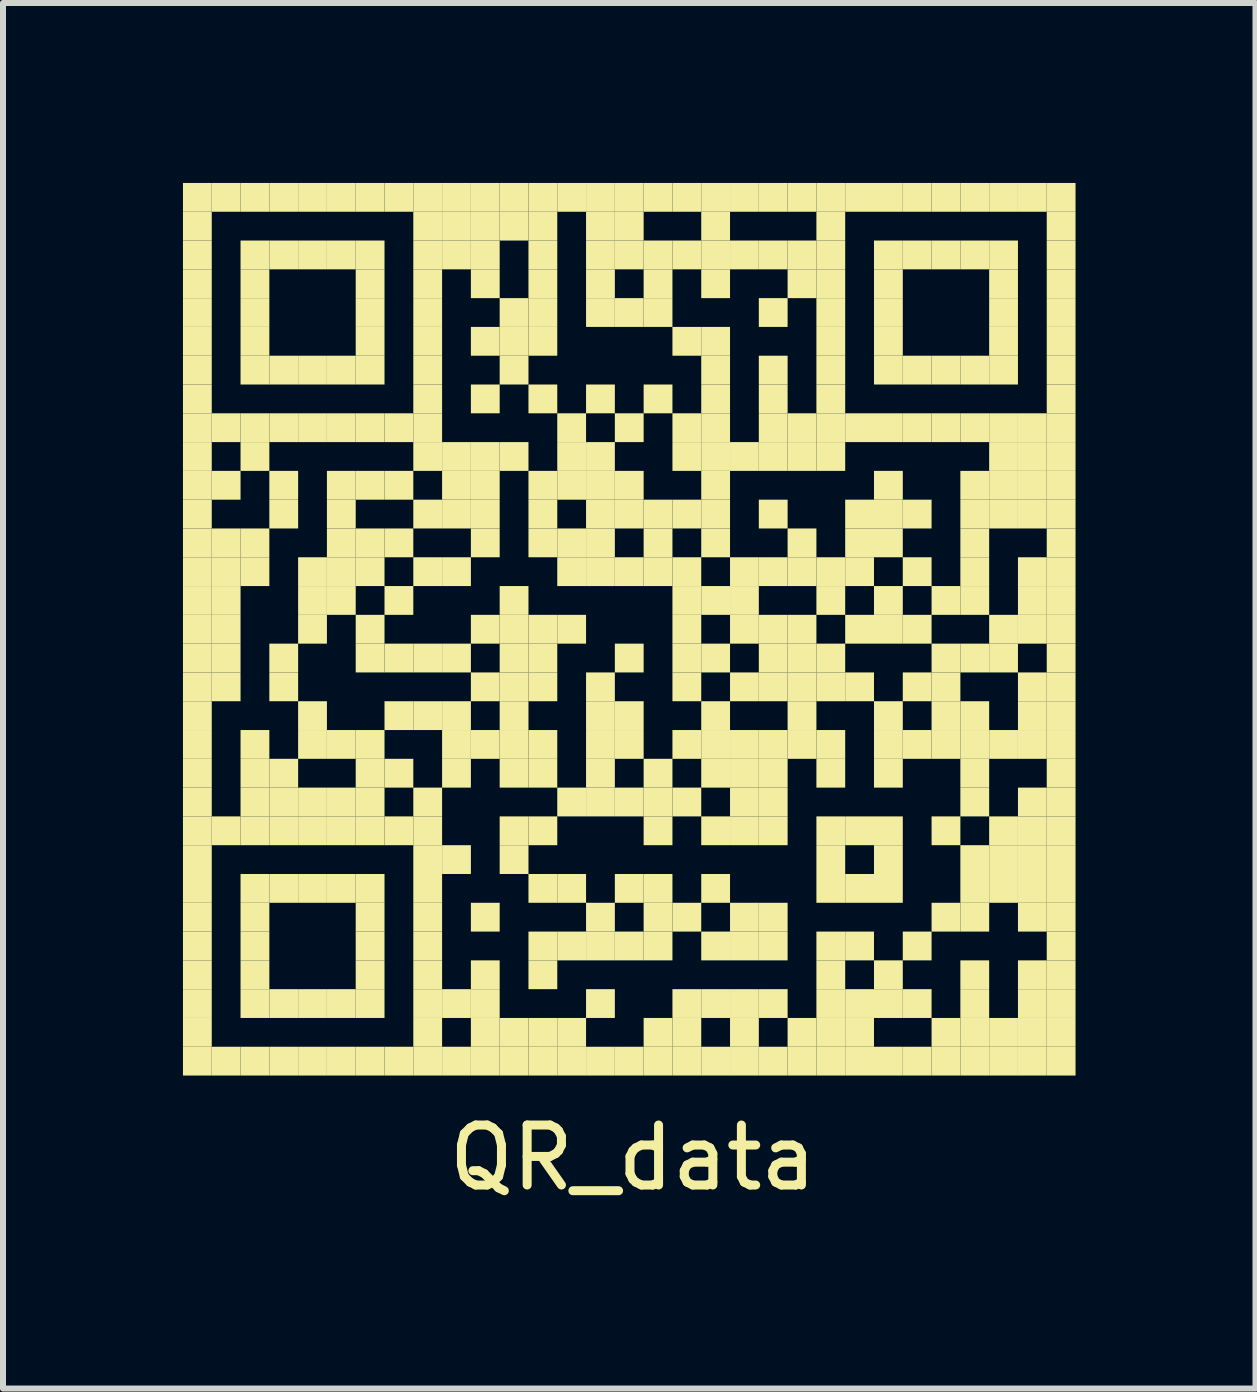
<source format=kicad_pcb>
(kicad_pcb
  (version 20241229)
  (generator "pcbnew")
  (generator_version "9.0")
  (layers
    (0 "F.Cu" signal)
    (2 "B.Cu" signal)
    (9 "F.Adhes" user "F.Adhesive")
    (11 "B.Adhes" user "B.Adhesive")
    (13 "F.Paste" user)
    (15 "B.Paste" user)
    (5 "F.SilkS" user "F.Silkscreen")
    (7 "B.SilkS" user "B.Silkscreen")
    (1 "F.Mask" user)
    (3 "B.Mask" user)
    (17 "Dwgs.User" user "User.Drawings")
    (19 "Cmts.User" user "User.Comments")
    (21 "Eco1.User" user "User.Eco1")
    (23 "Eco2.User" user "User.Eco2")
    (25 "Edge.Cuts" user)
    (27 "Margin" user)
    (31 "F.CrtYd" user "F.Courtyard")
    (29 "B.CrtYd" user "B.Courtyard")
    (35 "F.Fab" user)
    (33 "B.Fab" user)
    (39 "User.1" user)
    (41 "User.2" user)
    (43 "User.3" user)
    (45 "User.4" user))
  (footprint "QR_data"
    (layer "F.Cu")
    (at 7.5 7.5)
    (property "Reference" "QR_data" (at 0 8.75 0) (layer "F.SilkS") (effects (font (size 1 1) (thickness 0.15))))
    (attr exclude_from_pos_files exclude_from_bom allow_missing_courtyard)
    (fp_poly (pts (xy -7.5 -7.5) (xy -7.5 -7.02) (xy -7.02 -7.02) (xy -7.02 -7.5)) (stroke (width 0) (type solid)) (fill yes) (layer "F.SilkS"))
    (fp_poly (pts (xy -7.5 -7.02) (xy -7.5 -6.54) (xy -7.02 -6.54) (xy -7.02 -7.02)) (stroke (width 0) (type solid)) (fill yes) (layer "F.SilkS"))
    (fp_poly (pts (xy -7.5 -6.54) (xy -7.5 -6.06) (xy -7.02 -6.06) (xy -7.02 -6.54)) (stroke (width 0) (type solid)) (fill yes) (layer "F.SilkS"))
    (fp_poly (pts (xy -7.5 -6.06) (xy -7.5 -5.58) (xy -7.02 -5.58) (xy -7.02 -6.06)) (stroke (width 0) (type solid)) (fill yes) (layer "F.SilkS"))
    (fp_poly (pts (xy -7.5 -5.58) (xy -7.5 -5.1) (xy -7.02 -5.1) (xy -7.02 -5.58)) (stroke (width 0) (type solid)) (fill yes) (layer "F.SilkS"))
    (fp_poly (pts (xy -7.5 -5.1) (xy -7.5 -4.62) (xy -7.02 -4.62) (xy -7.02 -5.1)) (stroke (width 0) (type solid)) (fill yes) (layer "F.SilkS"))
    (fp_poly (pts (xy -7.5 -4.62) (xy -7.5 -4.14) (xy -7.02 -4.14) (xy -7.02 -4.62)) (stroke (width 0) (type solid)) (fill yes) (layer "F.SilkS"))
    (fp_poly (pts (xy -7.5 -4.14) (xy -7.5 -3.66) (xy -7.02 -3.66) (xy -7.02 -4.14)) (stroke (width 0) (type solid)) (fill yes) (layer "F.SilkS"))
    (fp_poly (pts (xy -7.5 -3.66) (xy -7.5 -3.18) (xy -7.02 -3.18) (xy -7.02 -3.66)) (stroke (width 0) (type solid)) (fill yes) (layer "F.SilkS"))
    (fp_poly (pts (xy -7.5 -3.18) (xy -7.5 -2.7) (xy -7.02 -2.7) (xy -7.02 -3.18)) (stroke (width 0) (type solid)) (fill yes) (layer "F.SilkS"))
    (fp_poly (pts (xy -7.5 -2.7) (xy -7.5 -2.22) (xy -7.02 -2.22) (xy -7.02 -2.7)) (stroke (width 0) (type solid)) (fill yes) (layer "F.SilkS"))
    (fp_poly (pts (xy -7.5 -2.22) (xy -7.5 -1.74) (xy -7.02 -1.74) (xy -7.02 -2.22)) (stroke (width 0) (type solid)) (fill yes) (layer "F.SilkS"))
    (fp_poly (pts (xy -7.5 -1.74) (xy -7.5 -1.26) (xy -7.02 -1.26) (xy -7.02 -1.74)) (stroke (width 0) (type solid)) (fill yes) (layer "F.SilkS"))
    (fp_poly (pts (xy -7.5 -1.26) (xy -7.5 -0.78) (xy -7.02 -0.78) (xy -7.02 -1.26)) (stroke (width 0) (type solid)) (fill yes) (layer "F.SilkS"))
    (fp_poly (pts (xy -7.5 -0.78) (xy -7.5 -0.3) (xy -7.02 -0.3) (xy -7.02 -0.78)) (stroke (width 0) (type solid)) (fill yes) (layer "F.SilkS"))
    (fp_poly (pts (xy -7.5 -0.3) (xy -7.5 0.18) (xy -7.02 0.18) (xy -7.02 -0.3)) (stroke (width 0) (type solid)) (fill yes) (layer "F.SilkS"))
    (fp_poly (pts (xy -7.5 0.18) (xy -7.5 0.66) (xy -7.02 0.66) (xy -7.02 0.18)) (stroke (width 0) (type solid)) (fill yes) (layer "F.SilkS"))
    (fp_poly (pts (xy -7.5 0.66) (xy -7.5 1.14) (xy -7.02 1.14) (xy -7.02 0.66)) (stroke (width 0) (type solid)) (fill yes) (layer "F.SilkS"))
    (fp_poly (pts (xy -7.5 1.14) (xy -7.5 1.62) (xy -7.02 1.62) (xy -7.02 1.14)) (stroke (width 0) (type solid)) (fill yes) (layer "F.SilkS"))
    (fp_poly (pts (xy -7.5 1.62) (xy -7.5 2.1) (xy -7.02 2.1) (xy -7.02 1.62)) (stroke (width 0) (type solid)) (fill yes) (layer "F.SilkS"))
    (fp_poly (pts (xy -7.5 2.1) (xy -7.5 2.58) (xy -7.02 2.58) (xy -7.02 2.1)) (stroke (width 0) (type solid)) (fill yes) (layer "F.SilkS"))
    (fp_poly (pts (xy -7.5 2.58) (xy -7.5 3.06) (xy -7.02 3.06) (xy -7.02 2.58)) (stroke (width 0) (type solid)) (fill yes) (layer "F.SilkS"))
    (fp_poly (pts (xy -7.5 3.06) (xy -7.5 3.54) (xy -7.02 3.54) (xy -7.02 3.06)) (stroke (width 0) (type solid)) (fill yes) (layer "F.SilkS"))
    (fp_poly (pts (xy -7.5 3.54) (xy -7.5 4.02) (xy -7.02 4.02) (xy -7.02 3.54)) (stroke (width 0) (type solid)) (fill yes) (layer "F.SilkS"))
    (fp_poly (pts (xy -7.5 4.02) (xy -7.5 4.5) (xy -7.02 4.5) (xy -7.02 4.02)) (stroke (width 0) (type solid)) (fill yes) (layer "F.SilkS"))
    (fp_poly (pts (xy -7.5 4.5) (xy -7.5 4.98) (xy -7.02 4.98) (xy -7.02 4.5)) (stroke (width 0) (type solid)) (fill yes) (layer "F.SilkS"))
    (fp_poly (pts (xy -7.5 4.98) (xy -7.5 5.46) (xy -7.02 5.46) (xy -7.02 4.98)) (stroke (width 0) (type solid)) (fill yes) (layer "F.SilkS"))
    (fp_poly (pts (xy -7.5 5.46) (xy -7.5 5.94) (xy -7.02 5.94) (xy -7.02 5.46)) (stroke (width 0) (type solid)) (fill yes) (layer "F.SilkS"))
    (fp_poly (pts (xy -7.5 5.94) (xy -7.5 6.42) (xy -7.02 6.42) (xy -7.02 5.94)) (stroke (width 0) (type solid)) (fill yes) (layer "F.SilkS"))
    (fp_poly (pts (xy -7.5 6.42) (xy -7.5 6.9) (xy -7.02 6.9) (xy -7.02 6.42)) (stroke (width 0) (type solid)) (fill yes) (layer "F.SilkS"))
    (fp_poly (pts (xy -7.5 6.9) (xy -7.5 7.38) (xy -7.02 7.38) (xy -7.02 6.9)) (stroke (width 0) (type solid)) (fill yes) (layer "F.SilkS"))
    (fp_poly (pts (xy -7.02 -7.5) (xy -7.02 -7.02) (xy -6.54 -7.02) (xy -6.54 -7.5)) (stroke (width 0) (type solid)) (fill yes) (layer "F.SilkS"))
    (fp_poly (pts (xy -7.02 -3.66) (xy -7.02 -3.18) (xy -6.54 -3.18) (xy -6.54 -3.66)) (stroke (width 0) (type solid)) (fill yes) (layer "F.SilkS"))
    (fp_poly (pts (xy -7.02 -2.7) (xy -7.02 -2.22) (xy -6.54 -2.22) (xy -6.54 -2.7)) (stroke (width 0) (type solid)) (fill yes) (layer "F.SilkS"))
    (fp_poly (pts (xy -7.02 -1.74) (xy -7.02 -1.26) (xy -6.54 -1.26) (xy -6.54 -1.74)) (stroke (width 0) (type solid)) (fill yes) (layer "F.SilkS"))
    (fp_poly (pts (xy -7.02 -1.26) (xy -7.02 -0.78) (xy -6.54 -0.78) (xy -6.54 -1.26)) (stroke (width 0) (type solid)) (fill yes) (layer "F.SilkS"))
    (fp_poly (pts (xy -7.02 -0.78) (xy -7.02 -0.3) (xy -6.54 -0.3) (xy -6.54 -0.78)) (stroke (width 0) (type solid)) (fill yes) (layer "F.SilkS"))
    (fp_poly (pts (xy -7.02 -0.3) (xy -7.02 0.18) (xy -6.54 0.18) (xy -6.54 -0.3)) (stroke (width 0) (type solid)) (fill yes) (layer "F.SilkS"))
    (fp_poly (pts (xy -7.02 0.18) (xy -7.02 0.66) (xy -6.54 0.66) (xy -6.54 0.18)) (stroke (width 0) (type solid)) (fill yes) (layer "F.SilkS"))
    (fp_poly (pts (xy -7.02 0.66) (xy -7.02 1.14) (xy -6.54 1.14) (xy -6.54 0.66)) (stroke (width 0) (type solid)) (fill yes) (layer "F.SilkS"))
    (fp_poly (pts (xy -7.02 3.06) (xy -7.02 3.54) (xy -6.54 3.54) (xy -6.54 3.06)) (stroke (width 0) (type solid)) (fill yes) (layer "F.SilkS"))
    (fp_poly (pts (xy -7.02 6.9) (xy -7.02 7.38) (xy -6.54 7.38) (xy -6.54 6.9)) (stroke (width 0) (type solid)) (fill yes) (layer "F.SilkS"))
    (fp_poly (pts (xy -6.54 -7.5) (xy -6.54 -7.02) (xy -6.06 -7.02) (xy -6.06 -7.5)) (stroke (width 0) (type solid)) (fill yes) (layer "F.SilkS"))
    (fp_poly (pts (xy -6.54 -6.54) (xy -6.54 -6.06) (xy -6.06 -6.06) (xy -6.06 -6.54)) (stroke (width 0) (type solid)) (fill yes) (layer "F.SilkS"))
    (fp_poly (pts (xy -6.54 -6.06) (xy -6.54 -5.58) (xy -6.06 -5.58) (xy -6.06 -6.06)) (stroke (width 0) (type solid)) (fill yes) (layer "F.SilkS"))
    (fp_poly (pts (xy -6.54 -5.58) (xy -6.54 -5.1) (xy -6.06 -5.1) (xy -6.06 -5.58)) (stroke (width 0) (type solid)) (fill yes) (layer "F.SilkS"))
    (fp_poly (pts (xy -6.54 -5.1) (xy -6.54 -4.62) (xy -6.06 -4.62) (xy -6.06 -5.1)) (stroke (width 0) (type solid)) (fill yes) (layer "F.SilkS"))
    (fp_poly (pts (xy -6.54 -4.62) (xy -6.54 -4.14) (xy -6.06 -4.14) (xy -6.06 -4.62)) (stroke (width 0) (type solid)) (fill yes) (layer "F.SilkS"))
    (fp_poly (pts (xy -6.54 -3.66) (xy -6.54 -3.18) (xy -6.06 -3.18) (xy -6.06 -3.66)) (stroke (width 0) (type solid)) (fill yes) (layer "F.SilkS"))
    (fp_poly (pts (xy -6.54 -3.18) (xy -6.54 -2.7) (xy -6.06 -2.7) (xy -6.06 -3.18)) (stroke (width 0) (type solid)) (fill yes) (layer "F.SilkS"))
    (fp_poly (pts (xy -6.54 -1.74) (xy -6.54 -1.26) (xy -6.06 -1.26) (xy -6.06 -1.74)) (stroke (width 0) (type solid)) (fill yes) (layer "F.SilkS"))
    (fp_poly (pts (xy -6.54 -1.26) (xy -6.54 -0.78) (xy -6.06 -0.78) (xy -6.06 -1.26)) (stroke (width 0) (type solid)) (fill yes) (layer "F.SilkS"))
    (fp_poly (pts (xy -6.54 1.62) (xy -6.54 2.1) (xy -6.06 2.1) (xy -6.06 1.62)) (stroke (width 0) (type solid)) (fill yes) (layer "F.SilkS"))
    (fp_poly (pts (xy -6.54 2.1) (xy -6.54 2.58) (xy -6.06 2.58) (xy -6.06 2.1)) (stroke (width 0) (type solid)) (fill yes) (layer "F.SilkS"))
    (fp_poly (pts (xy -6.54 2.58) (xy -6.54 3.06) (xy -6.06 3.06) (xy -6.06 2.58)) (stroke (width 0) (type solid)) (fill yes) (layer "F.SilkS"))
    (fp_poly (pts (xy -6.54 3.06) (xy -6.54 3.54) (xy -6.06 3.54) (xy -6.06 3.06)) (stroke (width 0) (type solid)) (fill yes) (layer "F.SilkS"))
    (fp_poly (pts (xy -6.54 4.02) (xy -6.54 4.5) (xy -6.06 4.5) (xy -6.06 4.02)) (stroke (width 0) (type solid)) (fill yes) (layer "F.SilkS"))
    (fp_poly (pts (xy -6.54 4.5) (xy -6.54 4.98) (xy -6.06 4.98) (xy -6.06 4.5)) (stroke (width 0) (type solid)) (fill yes) (layer "F.SilkS"))
    (fp_poly (pts (xy -6.54 4.98) (xy -6.54 5.46) (xy -6.06 5.46) (xy -6.06 4.98)) (stroke (width 0) (type solid)) (fill yes) (layer "F.SilkS"))
    (fp_poly (pts (xy -6.54 5.46) (xy -6.54 5.94) (xy -6.06 5.94) (xy -6.06 5.46)) (stroke (width 0) (type solid)) (fill yes) (layer "F.SilkS"))
    (fp_poly (pts (xy -6.54 5.94) (xy -6.54 6.42) (xy -6.06 6.42) (xy -6.06 5.94)) (stroke (width 0) (type solid)) (fill yes) (layer "F.SilkS"))
    (fp_poly (pts (xy -6.54 6.9) (xy -6.54 7.38) (xy -6.06 7.38) (xy -6.06 6.9)) (stroke (width 0) (type solid)) (fill yes) (layer "F.SilkS"))
    (fp_poly (pts (xy -6.06 -7.5) (xy -6.06 -7.02) (xy -5.58 -7.02) (xy -5.58 -7.5)) (stroke (width 0) (type solid)) (fill yes) (layer "F.SilkS"))
    (fp_poly (pts (xy -6.06 -6.54) (xy -6.06 -6.06) (xy -5.58 -6.06) (xy -5.58 -6.54)) (stroke (width 0) (type solid)) (fill yes) (layer "F.SilkS"))
    (fp_poly (pts (xy -6.06 -4.62) (xy -6.06 -4.14) (xy -5.58 -4.14) (xy -5.58 -4.62)) (stroke (width 0) (type solid)) (fill yes) (layer "F.SilkS"))
    (fp_poly (pts (xy -6.06 -3.66) (xy -6.06 -3.18) (xy -5.58 -3.18) (xy -5.58 -3.66)) (stroke (width 0) (type solid)) (fill yes) (layer "F.SilkS"))
    (fp_poly (pts (xy -6.06 -2.7) (xy -6.06 -2.22) (xy -5.58 -2.22) (xy -5.58 -2.7)) (stroke (width 0) (type solid)) (fill yes) (layer "F.SilkS"))
    (fp_poly (pts (xy -6.06 -2.22) (xy -6.06 -1.74) (xy -5.58 -1.74) (xy -5.58 -2.22)) (stroke (width 0) (type solid)) (fill yes) (layer "F.SilkS"))
    (fp_poly (pts (xy -6.06 0.18) (xy -6.06 0.66) (xy -5.58 0.66) (xy -5.58 0.18)) (stroke (width 0) (type solid)) (fill yes) (layer "F.SilkS"))
    (fp_poly (pts (xy -6.06 0.66) (xy -6.06 1.14) (xy -5.58 1.14) (xy -5.58 0.66)) (stroke (width 0) (type solid)) (fill yes) (layer "F.SilkS"))
    (fp_poly (pts (xy -6.06 2.1) (xy -6.06 2.58) (xy -5.58 2.58) (xy -5.58 2.1)) (stroke (width 0) (type solid)) (fill yes) (layer "F.SilkS"))
    (fp_poly (pts (xy -6.06 2.58) (xy -6.06 3.06) (xy -5.58 3.06) (xy -5.58 2.58)) (stroke (width 0) (type solid)) (fill yes) (layer "F.SilkS"))
    (fp_poly (pts (xy -6.06 3.06) (xy -6.06 3.54) (xy -5.58 3.54) (xy -5.58 3.06)) (stroke (width 0) (type solid)) (fill yes) (layer "F.SilkS"))
    (fp_poly (pts (xy -6.06 4.02) (xy -6.06 4.5) (xy -5.58 4.5) (xy -5.58 4.02)) (stroke (width 0) (type solid)) (fill yes) (layer "F.SilkS"))
    (fp_poly (pts (xy -6.06 5.94) (xy -6.06 6.42) (xy -5.58 6.42) (xy -5.58 5.94)) (stroke (width 0) (type solid)) (fill yes) (layer "F.SilkS"))
    (fp_poly (pts (xy -6.06 6.9) (xy -6.06 7.38) (xy -5.58 7.38) (xy -5.58 6.9)) (stroke (width 0) (type solid)) (fill yes) (layer "F.SilkS"))
    (fp_poly (pts (xy -5.58 -7.5) (xy -5.58 -7.02) (xy -5.1 -7.02) (xy -5.1 -7.5)) (stroke (width 0) (type solid)) (fill yes) (layer "F.SilkS"))
    (fp_poly (pts (xy -5.58 -6.54) (xy -5.58 -6.06) (xy -5.1 -6.06) (xy -5.1 -6.54)) (stroke (width 0) (type solid)) (fill yes) (layer "F.SilkS"))
    (fp_poly (pts (xy -5.58 -4.62) (xy -5.58 -4.14) (xy -5.1 -4.14) (xy -5.1 -4.62)) (stroke (width 0) (type solid)) (fill yes) (layer "F.SilkS"))
    (fp_poly (pts (xy -5.58 -3.66) (xy -5.58 -3.18) (xy -5.1 -3.18) (xy -5.1 -3.66)) (stroke (width 0) (type solid)) (fill yes) (layer "F.SilkS"))
    (fp_poly (pts (xy -5.58 -1.26) (xy -5.58 -0.78) (xy -5.1 -0.78) (xy -5.1 -1.26)) (stroke (width 0) (type solid)) (fill yes) (layer "F.SilkS"))
    (fp_poly (pts (xy -5.58 -0.78) (xy -5.58 -0.3) (xy -5.1 -0.3) (xy -5.1 -0.78)) (stroke (width 0) (type solid)) (fill yes) (layer "F.SilkS"))
    (fp_poly (pts (xy -5.58 -0.3) (xy -5.58 0.18) (xy -5.1 0.18) (xy -5.1 -0.3)) (stroke (width 0) (type solid)) (fill yes) (layer "F.SilkS"))
    (fp_poly (pts (xy -5.58 1.14) (xy -5.58 1.62) (xy -5.1 1.62) (xy -5.1 1.14)) (stroke (width 0) (type solid)) (fill yes) (layer "F.SilkS"))
    (fp_poly (pts (xy -5.58 1.62) (xy -5.58 2.1) (xy -5.1 2.1) (xy -5.1 1.62)) (stroke (width 0) (type solid)) (fill yes) (layer "F.SilkS"))
    (fp_poly (pts (xy -5.58 2.58) (xy -5.58 3.06) (xy -5.1 3.06) (xy -5.1 2.58)) (stroke (width 0) (type solid)) (fill yes) (layer "F.SilkS"))
    (fp_poly (pts (xy -5.58 3.06) (xy -5.58 3.54) (xy -5.1 3.54) (xy -5.1 3.06)) (stroke (width 0) (type solid)) (fill yes) (layer "F.SilkS"))
    (fp_poly (pts (xy -5.58 4.02) (xy -5.58 4.5) (xy -5.1 4.5) (xy -5.1 4.02)) (stroke (width 0) (type solid)) (fill yes) (layer "F.SilkS"))
    (fp_poly (pts (xy -5.58 5.94) (xy -5.58 6.42) (xy -5.1 6.42) (xy -5.1 5.94)) (stroke (width 0) (type solid)) (fill yes) (layer "F.SilkS"))
    (fp_poly (pts (xy -5.58 6.9) (xy -5.58 7.38) (xy -5.1 7.38) (xy -5.1 6.9)) (stroke (width 0) (type solid)) (fill yes) (layer "F.SilkS"))
    (fp_poly (pts (xy -5.1 -7.5) (xy -5.1 -7.02) (xy -4.62 -7.02) (xy -4.62 -7.5)) (stroke (width 0) (type solid)) (fill yes) (layer "F.SilkS"))
    (fp_poly (pts (xy -5.1 -6.54) (xy -5.1 -6.06) (xy -4.62 -6.06) (xy -4.62 -6.54)) (stroke (width 0) (type solid)) (fill yes) (layer "F.SilkS"))
    (fp_poly (pts (xy -5.1 -4.62) (xy -5.1 -4.14) (xy -4.62 -4.14) (xy -4.62 -4.62)) (stroke (width 0) (type solid)) (fill yes) (layer "F.SilkS"))
    (fp_poly (pts (xy -5.1 -3.66) (xy -5.1 -3.18) (xy -4.62 -3.18) (xy -4.62 -3.66)) (stroke (width 0) (type solid)) (fill yes) (layer "F.SilkS"))
    (fp_poly (pts (xy -5.1 -2.7) (xy -5.1 -2.22) (xy -4.62 -2.22) (xy -4.62 -2.7)) (stroke (width 0) (type solid)) (fill yes) (layer "F.SilkS"))
    (fp_poly (pts (xy -5.1 -2.22) (xy -5.1 -1.74) (xy -4.62 -1.74) (xy -4.62 -2.22)) (stroke (width 0) (type solid)) (fill yes) (layer "F.SilkS"))
    (fp_poly (pts (xy -5.1 -1.74) (xy -5.1 -1.26) (xy -4.62 -1.26) (xy -4.62 -1.74)) (stroke (width 0) (type solid)) (fill yes) (layer "F.SilkS"))
    (fp_poly (pts (xy -5.1 -1.26) (xy -5.1 -0.78) (xy -4.62 -0.78) (xy -4.62 -1.26)) (stroke (width 0) (type solid)) (fill yes) (layer "F.SilkS"))
    (fp_poly (pts (xy -5.1 -0.78) (xy -5.1 -0.3) (xy -4.62 -0.3) (xy -4.62 -0.78)) (stroke (width 0) (type solid)) (fill yes) (layer "F.SilkS"))
    (fp_poly (pts (xy -5.1 1.62) (xy -5.1 2.1) (xy -4.62 2.1) (xy -4.62 1.62)) (stroke (width 0) (type solid)) (fill yes) (layer "F.SilkS"))
    (fp_poly (pts (xy -5.1 2.58) (xy -5.1 3.06) (xy -4.62 3.06) (xy -4.62 2.58)) (stroke (width 0) (type solid)) (fill yes) (layer "F.SilkS"))
    (fp_poly (pts (xy -5.1 3.06) (xy -5.1 3.54) (xy -4.62 3.54) (xy -4.62 3.06)) (stroke (width 0) (type solid)) (fill yes) (layer "F.SilkS"))
    (fp_poly (pts (xy -5.1 4.02) (xy -5.1 4.5) (xy -4.62 4.5) (xy -4.62 4.02)) (stroke (width 0) (type solid)) (fill yes) (layer "F.SilkS"))
    (fp_poly (pts (xy -5.1 5.94) (xy -5.1 6.42) (xy -4.62 6.42) (xy -4.62 5.94)) (stroke (width 0) (type solid)) (fill yes) (layer "F.SilkS"))
    (fp_poly (pts (xy -5.1 6.9) (xy -5.1 7.38) (xy -4.62 7.38) (xy -4.62 6.9)) (stroke (width 0) (type solid)) (fill yes) (layer "F.SilkS"))
    (fp_poly (pts (xy -4.62 -7.5) (xy -4.62 -7.02) (xy -4.14 -7.02) (xy -4.14 -7.5)) (stroke (width 0) (type solid)) (fill yes) (layer "F.SilkS"))
    (fp_poly (pts (xy -4.62 -6.54) (xy -4.62 -6.06) (xy -4.14 -6.06) (xy -4.14 -6.54)) (stroke (width 0) (type solid)) (fill yes) (layer "F.SilkS"))
    (fp_poly (pts (xy -4.62 -6.06) (xy -4.62 -5.58) (xy -4.14 -5.58) (xy -4.14 -6.06)) (stroke (width 0) (type solid)) (fill yes) (layer "F.SilkS"))
    (fp_poly (pts (xy -4.62 -5.58) (xy -4.62 -5.1) (xy -4.14 -5.1) (xy -4.14 -5.58)) (stroke (width 0) (type solid)) (fill yes) (layer "F.SilkS"))
    (fp_poly (pts (xy -4.62 -5.1) (xy -4.62 -4.62) (xy -4.14 -4.62) (xy -4.14 -5.1)) (stroke (width 0) (type solid)) (fill yes) (layer "F.SilkS"))
    (fp_poly (pts (xy -4.62 -4.62) (xy -4.62 -4.14) (xy -4.14 -4.14) (xy -4.14 -4.62)) (stroke (width 0) (type solid)) (fill yes) (layer "F.SilkS"))
    (fp_poly (pts (xy -4.62 -3.66) (xy -4.62 -3.18) (xy -4.14 -3.18) (xy -4.14 -3.66)) (stroke (width 0) (type solid)) (fill yes) (layer "F.SilkS"))
    (fp_poly (pts (xy -4.62 -2.7) (xy -4.62 -2.22) (xy -4.14 -2.22) (xy -4.14 -2.7)) (stroke (width 0) (type solid)) (fill yes) (layer "F.SilkS"))
    (fp_poly (pts (xy -4.62 -1.74) (xy -4.62 -1.26) (xy -4.14 -1.26) (xy -4.14 -1.74)) (stroke (width 0) (type solid)) (fill yes) (layer "F.SilkS"))
    (fp_poly (pts (xy -4.62 -1.26) (xy -4.62 -0.78) (xy -4.14 -0.78) (xy -4.14 -1.26)) (stroke (width 0) (type solid)) (fill yes) (layer "F.SilkS"))
    (fp_poly (pts (xy -4.62 -0.3) (xy -4.62 0.18) (xy -4.14 0.18) (xy -4.14 -0.3)) (stroke (width 0) (type solid)) (fill yes) (layer "F.SilkS"))
    (fp_poly (pts (xy -4.62 0.18) (xy -4.62 0.66) (xy -4.14 0.66) (xy -4.14 0.18)) (stroke (width 0) (type solid)) (fill yes) (layer "F.SilkS"))
    (fp_poly (pts (xy -4.62 1.62) (xy -4.62 2.1) (xy -4.14 2.1) (xy -4.14 1.62)) (stroke (width 0) (type solid)) (fill yes) (layer "F.SilkS"))
    (fp_poly (pts (xy -4.62 2.1) (xy -4.62 2.58) (xy -4.14 2.58) (xy -4.14 2.1)) (stroke (width 0) (type solid)) (fill yes) (layer "F.SilkS"))
    (fp_poly (pts (xy -4.62 2.58) (xy -4.62 3.06) (xy -4.14 3.06) (xy -4.14 2.58)) (stroke (width 0) (type solid)) (fill yes) (layer "F.SilkS"))
    (fp_poly (pts (xy -4.62 3.06) (xy -4.62 3.54) (xy -4.14 3.54) (xy -4.14 3.06)) (stroke (width 0) (type solid)) (fill yes) (layer "F.SilkS"))
    (fp_poly (pts (xy -4.62 4.02) (xy -4.62 4.5) (xy -4.14 4.5) (xy -4.14 4.02)) (stroke (width 0) (type solid)) (fill yes) (layer "F.SilkS"))
    (fp_poly (pts (xy -4.62 4.5) (xy -4.62 4.98) (xy -4.14 4.98) (xy -4.14 4.5)) (stroke (width 0) (type solid)) (fill yes) (layer "F.SilkS"))
    (fp_poly (pts (xy -4.62 4.98) (xy -4.62 5.46) (xy -4.14 5.46) (xy -4.14 4.98)) (stroke (width 0) (type solid)) (fill yes) (layer "F.SilkS"))
    (fp_poly (pts (xy -4.62 5.46) (xy -4.62 5.94) (xy -4.14 5.94) (xy -4.14 5.46)) (stroke (width 0) (type solid)) (fill yes) (layer "F.SilkS"))
    (fp_poly (pts (xy -4.62 5.94) (xy -4.62 6.42) (xy -4.14 6.42) (xy -4.14 5.94)) (stroke (width 0) (type solid)) (fill yes) (layer "F.SilkS"))
    (fp_poly (pts (xy -4.62 6.9) (xy -4.62 7.38) (xy -4.14 7.38) (xy -4.14 6.9)) (stroke (width 0) (type solid)) (fill yes) (layer "F.SilkS"))
    (fp_poly (pts (xy -4.14 -7.5) (xy -4.14 -7.02) (xy -3.66 -7.02) (xy -3.66 -7.5)) (stroke (width 0) (type solid)) (fill yes) (layer "F.SilkS"))
    (fp_poly (pts (xy -4.14 -3.66) (xy -4.14 -3.18) (xy -3.66 -3.18) (xy -3.66 -3.66)) (stroke (width 0) (type solid)) (fill yes) (layer "F.SilkS"))
    (fp_poly (pts (xy -4.14 -2.7) (xy -4.14 -2.22) (xy -3.66 -2.22) (xy -3.66 -2.7)) (stroke (width 0) (type solid)) (fill yes) (layer "F.SilkS"))
    (fp_poly (pts (xy -4.14 -1.74) (xy -4.14 -1.26) (xy -3.66 -1.26) (xy -3.66 -1.74)) (stroke (width 0) (type solid)) (fill yes) (layer "F.SilkS"))
    (fp_poly (pts (xy -4.14 -0.78) (xy -4.14 -0.3) (xy -3.66 -0.3) (xy -3.66 -0.78)) (stroke (width 0) (type solid)) (fill yes) (layer "F.SilkS"))
    (fp_poly (pts (xy -4.14 0.18) (xy -4.14 0.66) (xy -3.66 0.66) (xy -3.66 0.18)) (stroke (width 0) (type solid)) (fill yes) (layer "F.SilkS"))
    (fp_poly (pts (xy -4.14 1.14) (xy -4.14 1.62) (xy -3.66 1.62) (xy -3.66 1.14)) (stroke (width 0) (type solid)) (fill yes) (layer "F.SilkS"))
    (fp_poly (pts (xy -4.14 2.1) (xy -4.14 2.58) (xy -3.66 2.58) (xy -3.66 2.1)) (stroke (width 0) (type solid)) (fill yes) (layer "F.SilkS"))
    (fp_poly (pts (xy -4.14 3.06) (xy -4.14 3.54) (xy -3.66 3.54) (xy -3.66 3.06)) (stroke (width 0) (type solid)) (fill yes) (layer "F.SilkS"))
    (fp_poly (pts (xy -4.14 6.9) (xy -4.14 7.38) (xy -3.66 7.38) (xy -3.66 6.9)) (stroke (width 0) (type solid)) (fill yes) (layer "F.SilkS"))
    (fp_poly (pts (xy -3.66 -7.5) (xy -3.66 -7.02) (xy -3.18 -7.02) (xy -3.18 -7.5)) (stroke (width 0) (type solid)) (fill yes) (layer "F.SilkS"))
    (fp_poly (pts (xy -3.66 -7.02) (xy -3.66 -6.54) (xy -3.18 -6.54) (xy -3.18 -7.02)) (stroke (width 0) (type solid)) (fill yes) (layer "F.SilkS"))
    (fp_poly (pts (xy -3.66 -6.54) (xy -3.66 -6.06) (xy -3.18 -6.06) (xy -3.18 -6.54)) (stroke (width 0) (type solid)) (fill yes) (layer "F.SilkS"))
    (fp_poly (pts (xy -3.66 -6.06) (xy -3.66 -5.58) (xy -3.18 -5.58) (xy -3.18 -6.06)) (stroke (width 0) (type solid)) (fill yes) (layer "F.SilkS"))
    (fp_poly (pts (xy -3.66 -5.58) (xy -3.66 -5.1) (xy -3.18 -5.1) (xy -3.18 -5.58)) (stroke (width 0) (type solid)) (fill yes) (layer "F.SilkS"))
    (fp_poly (pts (xy -3.66 -5.1) (xy -3.66 -4.62) (xy -3.18 -4.62) (xy -3.18 -5.1)) (stroke (width 0) (type solid)) (fill yes) (layer "F.SilkS"))
    (fp_poly (pts (xy -3.66 -4.62) (xy -3.66 -4.14) (xy -3.18 -4.14) (xy -3.18 -4.62)) (stroke (width 0) (type solid)) (fill yes) (layer "F.SilkS"))
    (fp_poly (pts (xy -3.66 -4.14) (xy -3.66 -3.66) (xy -3.18 -3.66) (xy -3.18 -4.14)) (stroke (width 0) (type solid)) (fill yes) (layer "F.SilkS"))
    (fp_poly (pts (xy -3.66 -3.66) (xy -3.66 -3.18) (xy -3.18 -3.18) (xy -3.18 -3.66)) (stroke (width 0) (type solid)) (fill yes) (layer "F.SilkS"))
    (fp_poly (pts (xy -3.66 -3.18) (xy -3.66 -2.7) (xy -3.18 -2.7) (xy -3.18 -3.18)) (stroke (width 0) (type solid)) (fill yes) (layer "F.SilkS"))
    (fp_poly (pts (xy -3.66 -2.22) (xy -3.66 -1.74) (xy -3.18 -1.74) (xy -3.18 -2.22)) (stroke (width 0) (type solid)) (fill yes) (layer "F.SilkS"))
    (fp_poly (pts (xy -3.66 -1.26) (xy -3.66 -0.78) (xy -3.18 -0.78) (xy -3.18 -1.26)) (stroke (width 0) (type solid)) (fill yes) (layer "F.SilkS"))
    (fp_poly (pts (xy -3.66 0.18) (xy -3.66 0.66) (xy -3.18 0.66) (xy -3.18 0.18)) (stroke (width 0) (type solid)) (fill yes) (layer "F.SilkS"))
    (fp_poly (pts (xy -3.66 1.14) (xy -3.66 1.62) (xy -3.18 1.62) (xy -3.18 1.14)) (stroke (width 0) (type solid)) (fill yes) (layer "F.SilkS"))
    (fp_poly (pts (xy -3.66 2.58) (xy -3.66 3.06) (xy -3.18 3.06) (xy -3.18 2.58)) (stroke (width 0) (type solid)) (fill yes) (layer "F.SilkS"))
    (fp_poly (pts (xy -3.66 3.06) (xy -3.66 3.54) (xy -3.18 3.54) (xy -3.18 3.06)) (stroke (width 0) (type solid)) (fill yes) (layer "F.SilkS"))
    (fp_poly (pts (xy -3.66 3.54) (xy -3.66 4.02) (xy -3.18 4.02) (xy -3.18 3.54)) (stroke (width 0) (type solid)) (fill yes) (layer "F.SilkS"))
    (fp_poly (pts (xy -3.66 4.02) (xy -3.66 4.5) (xy -3.18 4.5) (xy -3.18 4.02)) (stroke (width 0) (type solid)) (fill yes) (layer "F.SilkS"))
    (fp_poly (pts (xy -3.66 4.5) (xy -3.66 4.98) (xy -3.18 4.98) (xy -3.18 4.5)) (stroke (width 0) (type solid)) (fill yes) (layer "F.SilkS"))
    (fp_poly (pts (xy -3.66 4.98) (xy -3.66 5.46) (xy -3.18 5.46) (xy -3.18 4.98)) (stroke (width 0) (type solid)) (fill yes) (layer "F.SilkS"))
    (fp_poly (pts (xy -3.66 5.46) (xy -3.66 5.94) (xy -3.18 5.94) (xy -3.18 5.46)) (stroke (width 0) (type solid)) (fill yes) (layer "F.SilkS"))
    (fp_poly (pts (xy -3.66 5.94) (xy -3.66 6.42) (xy -3.18 6.42) (xy -3.18 5.94)) (stroke (width 0) (type solid)) (fill yes) (layer "F.SilkS"))
    (fp_poly (pts (xy -3.66 6.42) (xy -3.66 6.9) (xy -3.18 6.9) (xy -3.18 6.42)) (stroke (width 0) (type solid)) (fill yes) (layer "F.SilkS"))
    (fp_poly (pts (xy -3.66 6.9) (xy -3.66 7.38) (xy -3.18 7.38) (xy -3.18 6.9)) (stroke (width 0) (type solid)) (fill yes) (layer "F.SilkS"))
    (fp_poly (pts (xy -3.18 -7.5) (xy -3.18 -7.02) (xy -2.7 -7.02) (xy -2.7 -7.5)) (stroke (width 0) (type solid)) (fill yes) (layer "F.SilkS"))
    (fp_poly (pts (xy -3.18 -7.02) (xy -3.18 -6.54) (xy -2.7 -6.54) (xy -2.7 -7.02)) (stroke (width 0) (type solid)) (fill yes) (layer "F.SilkS"))
    (fp_poly (pts (xy -3.18 -6.54) (xy -3.18 -6.06) (xy -2.7 -6.06) (xy -2.7 -6.54)) (stroke (width 0) (type solid)) (fill yes) (layer "F.SilkS"))
    (fp_poly (pts (xy -3.18 -3.18) (xy -3.18 -2.7) (xy -2.7 -2.7) (xy -2.7 -3.18)) (stroke (width 0) (type solid)) (fill yes) (layer "F.SilkS"))
    (fp_poly (pts (xy -3.18 -2.7) (xy -3.18 -2.22) (xy -2.7 -2.22) (xy -2.7 -2.7)) (stroke (width 0) (type solid)) (fill yes) (layer "F.SilkS"))
    (fp_poly (pts (xy -3.18 -2.22) (xy -3.18 -1.74) (xy -2.7 -1.74) (xy -2.7 -2.22)) (stroke (width 0) (type solid)) (fill yes) (layer "F.SilkS"))
    (fp_poly (pts (xy -3.18 -1.26) (xy -3.18 -0.78) (xy -2.7 -0.78) (xy -2.7 -1.26)) (stroke (width 0) (type solid)) (fill yes) (layer "F.SilkS"))
    (fp_poly (pts (xy -3.18 0.18) (xy -3.18 0.66) (xy -2.7 0.66) (xy -2.7 0.18)) (stroke (width 0) (type solid)) (fill yes) (layer "F.SilkS"))
    (fp_poly (pts (xy -3.18 1.14) (xy -3.18 1.62) (xy -2.7 1.62) (xy -2.7 1.14)) (stroke (width 0) (type solid)) (fill yes) (layer "F.SilkS"))
    (fp_poly (pts (xy -3.18 1.62) (xy -3.18 2.1) (xy -2.7 2.1) (xy -2.7 1.62)) (stroke (width 0) (type solid)) (fill yes) (layer "F.SilkS"))
    (fp_poly (pts (xy -3.18 2.1) (xy -3.18 2.58) (xy -2.7 2.58) (xy -2.7 2.1)) (stroke (width 0) (type solid)) (fill yes) (layer "F.SilkS"))
    (fp_poly (pts (xy -3.18 3.54) (xy -3.18 4.02) (xy -2.7 4.02) (xy -2.7 3.54)) (stroke (width 0) (type solid)) (fill yes) (layer "F.SilkS"))
    (fp_poly (pts (xy -3.18 5.94) (xy -3.18 6.42) (xy -2.7 6.42) (xy -2.7 5.94)) (stroke (width 0) (type solid)) (fill yes) (layer "F.SilkS"))
    (fp_poly (pts (xy -3.18 6.9) (xy -3.18 7.38) (xy -2.7 7.38) (xy -2.7 6.9)) (stroke (width 0) (type solid)) (fill yes) (layer "F.SilkS"))
    (fp_poly (pts (xy -2.7 -7.5) (xy -2.7 -7.02) (xy -2.22 -7.02) (xy -2.22 -7.5)) (stroke (width 0) (type solid)) (fill yes) (layer "F.SilkS"))
    (fp_poly (pts (xy -2.7 -7.02) (xy -2.7 -6.54) (xy -2.22 -6.54) (xy -2.22 -7.02)) (stroke (width 0) (type solid)) (fill yes) (layer "F.SilkS"))
    (fp_poly (pts (xy -2.7 -6.54) (xy -2.7 -6.06) (xy -2.22 -6.06) (xy -2.22 -6.54)) (stroke (width 0) (type solid)) (fill yes) (layer "F.SilkS"))
    (fp_poly (pts (xy -2.7 -6.06) (xy -2.7 -5.58) (xy -2.22 -5.58) (xy -2.22 -6.06)) (stroke (width 0) (type solid)) (fill yes) (layer "F.SilkS"))
    (fp_poly (pts (xy -2.7 -5.1) (xy -2.7 -4.62) (xy -2.22 -4.62) (xy -2.22 -5.1)) (stroke (width 0) (type solid)) (fill yes) (layer "F.SilkS"))
    (fp_poly (pts (xy -2.7 -4.14) (xy -2.7 -3.66) (xy -2.22 -3.66) (xy -2.22 -4.14)) (stroke (width 0) (type solid)) (fill yes) (layer "F.SilkS"))
    (fp_poly (pts (xy -2.7 -3.18) (xy -2.7 -2.7) (xy -2.22 -2.7) (xy -2.22 -3.18)) (stroke (width 0) (type solid)) (fill yes) (layer "F.SilkS"))
    (fp_poly (pts (xy -2.7 -2.7) (xy -2.7 -2.22) (xy -2.22 -2.22) (xy -2.22 -2.7)) (stroke (width 0) (type solid)) (fill yes) (layer "F.SilkS"))
    (fp_poly (pts (xy -2.7 -2.22) (xy -2.7 -1.74) (xy -2.22 -1.74) (xy -2.22 -2.22)) (stroke (width 0) (type solid)) (fill yes) (layer "F.SilkS"))
    (fp_poly (pts (xy -2.7 -1.74) (xy -2.7 -1.26) (xy -2.22 -1.26) (xy -2.22 -1.74)) (stroke (width 0) (type solid)) (fill yes) (layer "F.SilkS"))
    (fp_poly (pts (xy -2.7 -0.3) (xy -2.7 0.18) (xy -2.22 0.18) (xy -2.22 -0.3)) (stroke (width 0) (type solid)) (fill yes) (layer "F.SilkS"))
    (fp_poly (pts (xy -2.7 0.66) (xy -2.7 1.14) (xy -2.22 1.14) (xy -2.22 0.66)) (stroke (width 0) (type solid)) (fill yes) (layer "F.SilkS"))
    (fp_poly (pts (xy -2.7 1.62) (xy -2.7 2.1) (xy -2.22 2.1) (xy -2.22 1.62)) (stroke (width 0) (type solid)) (fill yes) (layer "F.SilkS"))
    (fp_poly (pts (xy -2.7 4.5) (xy -2.7 4.98) (xy -2.22 4.98) (xy -2.22 4.5)) (stroke (width 0) (type solid)) (fill yes) (layer "F.SilkS"))
    (fp_poly (pts (xy -2.7 5.46) (xy -2.7 5.94) (xy -2.22 5.94) (xy -2.22 5.46)) (stroke (width 0) (type solid)) (fill yes) (layer "F.SilkS"))
    (fp_poly (pts (xy -2.7 5.94) (xy -2.7 6.42) (xy -2.22 6.42) (xy -2.22 5.94)) (stroke (width 0) (type solid)) (fill yes) (layer "F.SilkS"))
    (fp_poly (pts (xy -2.7 6.42) (xy -2.7 6.9) (xy -2.22 6.9) (xy -2.22 6.42)) (stroke (width 0) (type solid)) (fill yes) (layer "F.SilkS"))
    (fp_poly (pts (xy -2.7 6.9) (xy -2.7 7.38) (xy -2.22 7.38) (xy -2.22 6.9)) (stroke (width 0) (type solid)) (fill yes) (layer "F.SilkS"))
    (fp_poly (pts (xy -2.22 -7.5) (xy -2.22 -7.02) (xy -1.74 -7.02) (xy -1.74 -7.5)) (stroke (width 0) (type solid)) (fill yes) (layer "F.SilkS"))
    (fp_poly (pts (xy -2.22 -7.02) (xy -2.22 -6.54) (xy -1.74 -6.54) (xy -1.74 -7.02)) (stroke (width 0) (type solid)) (fill yes) (layer "F.SilkS"))
    (fp_poly (pts (xy -2.22 -5.58) (xy -2.22 -5.1) (xy -1.74 -5.1) (xy -1.74 -5.58)) (stroke (width 0) (type solid)) (fill yes) (layer "F.SilkS"))
    (fp_poly (pts (xy -2.22 -5.1) (xy -2.22 -4.62) (xy -1.74 -4.62) (xy -1.74 -5.1)) (stroke (width 0) (type solid)) (fill yes) (layer "F.SilkS"))
    (fp_poly (pts (xy -2.22 -4.62) (xy -2.22 -4.14) (xy -1.74 -4.14) (xy -1.74 -4.62)) (stroke (width 0) (type solid)) (fill yes) (layer "F.SilkS"))
    (fp_poly (pts (xy -2.22 -3.18) (xy -2.22 -2.7) (xy -1.74 -2.7) (xy -1.74 -3.18)) (stroke (width 0) (type solid)) (fill yes) (layer "F.SilkS"))
    (fp_poly (pts (xy -2.22 -0.78) (xy -2.22 -0.3) (xy -1.74 -0.3) (xy -1.74 -0.78)) (stroke (width 0) (type solid)) (fill yes) (layer "F.SilkS"))
    (fp_poly (pts (xy -2.22 -0.3) (xy -2.22 0.18) (xy -1.74 0.18) (xy -1.74 -0.3)) (stroke (width 0) (type solid)) (fill yes) (layer "F.SilkS"))
    (fp_poly (pts (xy -2.22 0.18) (xy -2.22 0.66) (xy -1.74 0.66) (xy -1.74 0.18)) (stroke (width 0) (type solid)) (fill yes) (layer "F.SilkS"))
    (fp_poly (pts (xy -2.22 0.66) (xy -2.22 1.14) (xy -1.74 1.14) (xy -1.74 0.66)) (stroke (width 0) (type solid)) (fill yes) (layer "F.SilkS"))
    (fp_poly (pts (xy -2.22 1.14) (xy -2.22 1.62) (xy -1.74 1.62) (xy -1.74 1.14)) (stroke (width 0) (type solid)) (fill yes) (layer "F.SilkS"))
    (fp_poly (pts (xy -2.22 1.62) (xy -2.22 2.1) (xy -1.74 2.1) (xy -1.74 1.62)) (stroke (width 0) (type solid)) (fill yes) (layer "F.SilkS"))
    (fp_poly (pts (xy -2.22 2.1) (xy -2.22 2.58) (xy -1.74 2.58) (xy -1.74 2.1)) (stroke (width 0) (type solid)) (fill yes) (layer "F.SilkS"))
    (fp_poly (pts (xy -2.22 3.06) (xy -2.22 3.54) (xy -1.74 3.54) (xy -1.74 3.06)) (stroke (width 0) (type solid)) (fill yes) (layer "F.SilkS"))
    (fp_poly (pts (xy -2.22 3.54) (xy -2.22 4.02) (xy -1.74 4.02) (xy -1.74 3.54)) (stroke (width 0) (type solid)) (fill yes) (layer "F.SilkS"))
    (fp_poly (pts (xy -2.22 6.42) (xy -2.22 6.9) (xy -1.74 6.9) (xy -1.74 6.42)) (stroke (width 0) (type solid)) (fill yes) (layer "F.SilkS"))
    (fp_poly (pts (xy -2.22 6.9) (xy -2.22 7.38) (xy -1.74 7.38) (xy -1.74 6.9)) (stroke (width 0) (type solid)) (fill yes) (layer "F.SilkS"))
    (fp_poly (pts (xy -1.74 -7.5) (xy -1.74 -7.02) (xy -1.26 -7.02) (xy -1.26 -7.5)) (stroke (width 0) (type solid)) (fill yes) (layer "F.SilkS"))
    (fp_poly (pts (xy -1.74 -7.02) (xy -1.74 -6.54) (xy -1.26 -6.54) (xy -1.26 -7.02)) (stroke (width 0) (type solid)) (fill yes) (layer "F.SilkS"))
    (fp_poly (pts (xy -1.74 -6.54) (xy -1.74 -6.06) (xy -1.26 -6.06) (xy -1.26 -6.54)) (stroke (width 0) (type solid)) (fill yes) (layer "F.SilkS"))
    (fp_poly (pts (xy -1.74 -6.06) (xy -1.74 -5.58) (xy -1.26 -5.58) (xy -1.26 -6.06)) (stroke (width 0) (type solid)) (fill yes) (layer "F.SilkS"))
    (fp_poly (pts (xy -1.74 -5.58) (xy -1.74 -5.1) (xy -1.26 -5.1) (xy -1.26 -5.58)) (stroke (width 0) (type solid)) (fill yes) (layer "F.SilkS"))
    (fp_poly (pts (xy -1.74 -5.1) (xy -1.74 -4.62) (xy -1.26 -4.62) (xy -1.26 -5.1)) (stroke (width 0) (type solid)) (fill yes) (layer "F.SilkS"))
    (fp_poly (pts (xy -1.74 -4.14) (xy -1.74 -3.66) (xy -1.26 -3.66) (xy -1.26 -4.14)) (stroke (width 0) (type solid)) (fill yes) (layer "F.SilkS"))
    (fp_poly (pts (xy -1.74 -2.7) (xy -1.74 -2.22) (xy -1.26 -2.22) (xy -1.26 -2.7)) (stroke (width 0) (type solid)) (fill yes) (layer "F.SilkS"))
    (fp_poly (pts (xy -1.74 -2.22) (xy -1.74 -1.74) (xy -1.26 -1.74) (xy -1.26 -2.22)) (stroke (width 0) (type solid)) (fill yes) (layer "F.SilkS"))
    (fp_poly (pts (xy -1.74 -1.74) (xy -1.74 -1.26) (xy -1.26 -1.26) (xy -1.26 -1.74)) (stroke (width 0) (type solid)) (fill yes) (layer "F.SilkS"))
    (fp_poly (pts (xy -1.74 -0.3) (xy -1.74 0.18) (xy -1.26 0.18) (xy -1.26 -0.3)) (stroke (width 0) (type solid)) (fill yes) (layer "F.SilkS"))
    (fp_poly (pts (xy -1.74 0.18) (xy -1.74 0.66) (xy -1.26 0.66) (xy -1.26 0.18)) (stroke (width 0) (type solid)) (fill yes) (layer "F.SilkS"))
    (fp_poly (pts (xy -1.74 0.66) (xy -1.74 1.14) (xy -1.26 1.14) (xy -1.26 0.66)) (stroke (width 0) (type solid)) (fill yes) (layer "F.SilkS"))
    (fp_poly (pts (xy -1.74 1.62) (xy -1.74 2.1) (xy -1.26 2.1) (xy -1.26 1.62)) (stroke (width 0) (type solid)) (fill yes) (layer "F.SilkS"))
    (fp_poly (pts (xy -1.74 2.1) (xy -1.74 2.58) (xy -1.26 2.58) (xy -1.26 2.1)) (stroke (width 0) (type solid)) (fill yes) (layer "F.SilkS"))
    (fp_poly (pts (xy -1.74 3.06) (xy -1.74 3.54) (xy -1.26 3.54) (xy -1.26 3.06)) (stroke (width 0) (type solid)) (fill yes) (layer "F.SilkS"))
    (fp_poly (pts (xy -1.74 4.02) (xy -1.74 4.5) (xy -1.26 4.5) (xy -1.26 4.02)) (stroke (width 0) (type solid)) (fill yes) (layer "F.SilkS"))
    (fp_poly (pts (xy -1.74 4.98) (xy -1.74 5.46) (xy -1.26 5.46) (xy -1.26 4.98)) (stroke (width 0) (type solid)) (fill yes) (layer "F.SilkS"))
    (fp_poly (pts (xy -1.74 5.46) (xy -1.74 5.94) (xy -1.26 5.94) (xy -1.26 5.46)) (stroke (width 0) (type solid)) (fill yes) (layer "F.SilkS"))
    (fp_poly (pts (xy -1.74 6.42) (xy -1.74 6.9) (xy -1.26 6.9) (xy -1.26 6.42)) (stroke (width 0) (type solid)) (fill yes) (layer "F.SilkS"))
    (fp_poly (pts (xy -1.74 6.9) (xy -1.74 7.38) (xy -1.26 7.38) (xy -1.26 6.9)) (stroke (width 0) (type solid)) (fill yes) (layer "F.SilkS"))
    (fp_poly (pts (xy -1.26 -7.5) (xy -1.26 -7.02) (xy -0.78 -7.02) (xy -0.78 -7.5)) (stroke (width 0) (type solid)) (fill yes) (layer "F.SilkS"))
    (fp_poly (pts (xy -1.26 -3.66) (xy -1.26 -3.18) (xy -0.78 -3.18) (xy -0.78 -3.66)) (stroke (width 0) (type solid)) (fill yes) (layer "F.SilkS"))
    (fp_poly (pts (xy -1.26 -3.18) (xy -1.26 -2.7) (xy -0.78 -2.7) (xy -0.78 -3.18)) (stroke (width 0) (type solid)) (fill yes) (layer "F.SilkS"))
    (fp_poly (pts (xy -1.26 -2.7) (xy -1.26 -2.22) (xy -0.78 -2.22) (xy -0.78 -2.7)) (stroke (width 0) (type solid)) (fill yes) (layer "F.SilkS"))
    (fp_poly (pts (xy -1.26 -1.74) (xy -1.26 -1.26) (xy -0.78 -1.26) (xy -0.78 -1.74)) (stroke (width 0) (type solid)) (fill yes) (layer "F.SilkS"))
    (fp_poly (pts (xy -1.26 -1.26) (xy -1.26 -0.78) (xy -0.78 -0.78) (xy -0.78 -1.26)) (stroke (width 0) (type solid)) (fill yes) (layer "F.SilkS"))
    (fp_poly (pts (xy -1.26 -0.3) (xy -1.26 0.18) (xy -0.78 0.18) (xy -0.78 -0.3)) (stroke (width 0) (type solid)) (fill yes) (layer "F.SilkS"))
    (fp_poly (pts (xy -1.26 2.58) (xy -1.26 3.06) (xy -0.78 3.06) (xy -0.78 2.58)) (stroke (width 0) (type solid)) (fill yes) (layer "F.SilkS"))
    (fp_poly (pts (xy -1.26 4.02) (xy -1.26 4.5) (xy -0.78 4.5) (xy -0.78 4.02)) (stroke (width 0) (type solid)) (fill yes) (layer "F.SilkS"))
    (fp_poly (pts (xy -1.26 4.98) (xy -1.26 5.46) (xy -0.78 5.46) (xy -0.78 4.98)) (stroke (width 0) (type solid)) (fill yes) (layer "F.SilkS"))
    (fp_poly (pts (xy -1.26 6.42) (xy -1.26 6.9) (xy -0.78 6.9) (xy -0.78 6.42)) (stroke (width 0) (type solid)) (fill yes) (layer "F.SilkS"))
    (fp_poly (pts (xy -1.26 6.9) (xy -1.26 7.38) (xy -0.78 7.38) (xy -0.78 6.9)) (stroke (width 0) (type solid)) (fill yes) (layer "F.SilkS"))
    (fp_poly (pts (xy -0.78 -7.5) (xy -0.78 -7.02) (xy -0.3 -7.02) (xy -0.3 -7.5)) (stroke (width 0) (type solid)) (fill yes) (layer "F.SilkS"))
    (fp_poly (pts (xy -0.78 -7.02) (xy -0.78 -6.54) (xy -0.3 -6.54) (xy -0.3 -7.02)) (stroke (width 0) (type solid)) (fill yes) (layer "F.SilkS"))
    (fp_poly (pts (xy -0.78 -6.54) (xy -0.78 -6.06) (xy -0.3 -6.06) (xy -0.3 -6.54)) (stroke (width 0) (type solid)) (fill yes) (layer "F.SilkS"))
    (fp_poly (pts (xy -0.78 -6.06) (xy -0.78 -5.58) (xy -0.3 -5.58) (xy -0.3 -6.06)) (stroke (width 0) (type solid)) (fill yes) (layer "F.SilkS"))
    (fp_poly (pts (xy -0.78 -5.58) (xy -0.78 -5.1) (xy -0.3 -5.1) (xy -0.3 -5.58)) (stroke (width 0) (type solid)) (fill yes) (layer "F.SilkS"))
    (fp_poly (pts (xy -0.78 -4.14) (xy -0.78 -3.66) (xy -0.3 -3.66) (xy -0.3 -4.14)) (stroke (width 0) (type solid)) (fill yes) (layer "F.SilkS"))
    (fp_poly (pts (xy -0.78 -3.18) (xy -0.78 -2.7) (xy -0.3 -2.7) (xy -0.3 -3.18)) (stroke (width 0) (type solid)) (fill yes) (layer "F.SilkS"))
    (fp_poly (pts (xy -0.78 -2.7) (xy -0.78 -2.22) (xy -0.3 -2.22) (xy -0.3 -2.7)) (stroke (width 0) (type solid)) (fill yes) (layer "F.SilkS"))
    (fp_poly (pts (xy -0.78 -2.22) (xy -0.78 -1.74) (xy -0.3 -1.74) (xy -0.3 -2.22)) (stroke (width 0) (type solid)) (fill yes) (layer "F.SilkS"))
    (fp_poly (pts (xy -0.78 -1.74) (xy -0.78 -1.26) (xy -0.3 -1.26) (xy -0.3 -1.74)) (stroke (width 0) (type solid)) (fill yes) (layer "F.SilkS"))
    (fp_poly (pts (xy -0.78 -1.26) (xy -0.78 -0.78) (xy -0.3 -0.78) (xy -0.3 -1.26)) (stroke (width 0) (type solid)) (fill yes) (layer "F.SilkS"))
    (fp_poly (pts (xy -0.78 0.66) (xy -0.78 1.14) (xy -0.3 1.14) (xy -0.3 0.66)) (stroke (width 0) (type solid)) (fill yes) (layer "F.SilkS"))
    (fp_poly (pts (xy -0.78 1.14) (xy -0.78 1.62) (xy -0.3 1.62) (xy -0.3 1.14)) (stroke (width 0) (type solid)) (fill yes) (layer "F.SilkS"))
    (fp_poly (pts (xy -0.78 1.62) (xy -0.78 2.1) (xy -0.3 2.1) (xy -0.3 1.62)) (stroke (width 0) (type solid)) (fill yes) (layer "F.SilkS"))
    (fp_poly (pts (xy -0.78 2.1) (xy -0.78 2.58) (xy -0.3 2.58) (xy -0.3 2.1)) (stroke (width 0) (type solid)) (fill yes) (layer "F.SilkS"))
    (fp_poly (pts (xy -0.78 2.58) (xy -0.78 3.06) (xy -0.3 3.06) (xy -0.3 2.58)) (stroke (width 0) (type solid)) (fill yes) (layer "F.SilkS"))
    (fp_poly (pts (xy -0.78 4.5) (xy -0.78 4.98) (xy -0.3 4.98) (xy -0.3 4.5)) (stroke (width 0) (type solid)) (fill yes) (layer "F.SilkS"))
    (fp_poly (pts (xy -0.78 4.98) (xy -0.78 5.46) (xy -0.3 5.46) (xy -0.3 4.98)) (stroke (width 0) (type solid)) (fill yes) (layer "F.SilkS"))
    (fp_poly (pts (xy -0.78 5.94) (xy -0.78 6.42) (xy -0.3 6.42) (xy -0.3 5.94)) (stroke (width 0) (type solid)) (fill yes) (layer "F.SilkS"))
    (fp_poly (pts (xy -0.78 6.9) (xy -0.78 7.38) (xy -0.3 7.38) (xy -0.3 6.9)) (stroke (width 0) (type solid)) (fill yes) (layer "F.SilkS"))
    (fp_poly (pts (xy -0.3 -7.5) (xy -0.3 -7.02) (xy 0.18 -7.02) (xy 0.18 -7.5)) (stroke (width 0) (type solid)) (fill yes) (layer "F.SilkS"))
    (fp_poly (pts (xy -0.3 -7.02) (xy -0.3 -6.54) (xy 0.18 -6.54) (xy 0.18 -7.02)) (stroke (width 0) (type solid)) (fill yes) (layer "F.SilkS"))
    (fp_poly (pts (xy -0.3 -6.54) (xy -0.3 -6.06) (xy 0.18 -6.06) (xy 0.18 -6.54)) (stroke (width 0) (type solid)) (fill yes) (layer "F.SilkS"))
    (fp_poly (pts (xy -0.3 -5.58) (xy -0.3 -5.1) (xy 0.18 -5.1) (xy 0.18 -5.58)) (stroke (width 0) (type solid)) (fill yes) (layer "F.SilkS"))
    (fp_poly (pts (xy -0.3 -3.66) (xy -0.3 -3.18) (xy 0.18 -3.18) (xy 0.18 -3.66)) (stroke (width 0) (type solid)) (fill yes) (layer "F.SilkS"))
    (fp_poly (pts (xy -0.3 -2.7) (xy -0.3 -2.22) (xy 0.18 -2.22) (xy 0.18 -2.7)) (stroke (width 0) (type solid)) (fill yes) (layer "F.SilkS"))
    (fp_poly (pts (xy -0.3 -2.22) (xy -0.3 -1.74) (xy 0.18 -1.74) (xy 0.18 -2.22)) (stroke (width 0) (type solid)) (fill yes) (layer "F.SilkS"))
    (fp_poly (pts (xy -0.3 -1.26) (xy -0.3 -0.78) (xy 0.18 -0.78) (xy 0.18 -1.26)) (stroke (width 0) (type solid)) (fill yes) (layer "F.SilkS"))
    (fp_poly (pts (xy -0.3 0.18) (xy -0.3 0.66) (xy 0.18 0.66) (xy 0.18 0.18)) (stroke (width 0) (type solid)) (fill yes) (layer "F.SilkS"))
    (fp_poly (pts (xy -0.3 1.14) (xy -0.3 1.62) (xy 0.18 1.62) (xy 0.18 1.14)) (stroke (width 0) (type solid)) (fill yes) (layer "F.SilkS"))
    (fp_poly (pts (xy -0.3 1.62) (xy -0.3 2.1) (xy 0.18 2.1) (xy 0.18 1.62)) (stroke (width 0) (type solid)) (fill yes) (layer "F.SilkS"))
    (fp_poly (pts (xy -0.3 2.58) (xy -0.3 3.06) (xy 0.18 3.06) (xy 0.18 2.58)) (stroke (width 0) (type solid)) (fill yes) (layer "F.SilkS"))
    (fp_poly (pts (xy -0.3 4.02) (xy -0.3 4.5) (xy 0.18 4.5) (xy 0.18 4.02)) (stroke (width 0) (type solid)) (fill yes) (layer "F.SilkS"))
    (fp_poly (pts (xy -0.3 4.98) (xy -0.3 5.46) (xy 0.18 5.46) (xy 0.18 4.98)) (stroke (width 0) (type solid)) (fill yes) (layer "F.SilkS"))
    (fp_poly (pts (xy -0.3 6.9) (xy -0.3 7.38) (xy 0.18 7.38) (xy 0.18 6.9)) (stroke (width 0) (type solid)) (fill yes) (layer "F.SilkS"))
    (fp_poly (pts (xy 0.18 -7.5) (xy 0.18 -7.02) (xy 0.66 -7.02) (xy 0.66 -7.5)) (stroke (width 0) (type solid)) (fill yes) (layer "F.SilkS"))
    (fp_poly (pts (xy 0.18 -6.54) (xy 0.18 -6.06) (xy 0.66 -6.06) (xy 0.66 -6.54)) (stroke (width 0) (type solid)) (fill yes) (layer "F.SilkS"))
    (fp_poly (pts (xy 0.18 -6.06) (xy 0.18 -5.58) (xy 0.66 -5.58) (xy 0.66 -6.06)) (stroke (width 0) (type solid)) (fill yes) (layer "F.SilkS"))
    (fp_poly (pts (xy 0.18 -5.58) (xy 0.18 -5.1) (xy 0.66 -5.1) (xy 0.66 -5.58)) (stroke (width 0) (type solid)) (fill yes) (layer "F.SilkS"))
    (fp_poly (pts (xy 0.18 -4.14) (xy 0.18 -3.66) (xy 0.66 -3.66) (xy 0.66 -4.14)) (stroke (width 0) (type solid)) (fill yes) (layer "F.SilkS"))
    (fp_poly (pts (xy 0.18 -2.22) (xy 0.18 -1.74) (xy 0.66 -1.74) (xy 0.66 -2.22)) (stroke (width 0) (type solid)) (fill yes) (layer "F.SilkS"))
    (fp_poly (pts (xy 0.18 -1.74) (xy 0.18 -1.26) (xy 0.66 -1.26) (xy 0.66 -1.74)) (stroke (width 0) (type solid)) (fill yes) (layer "F.SilkS"))
    (fp_poly (pts (xy 0.18 -1.26) (xy 0.18 -0.78) (xy 0.66 -0.78) (xy 0.66 -1.26)) (stroke (width 0) (type solid)) (fill yes) (layer "F.SilkS"))
    (fp_poly (pts (xy 0.18 2.1) (xy 0.18 2.58) (xy 0.66 2.58) (xy 0.66 2.1)) (stroke (width 0) (type solid)) (fill yes) (layer "F.SilkS"))
    (fp_poly (pts (xy 0.18 2.58) (xy 0.18 3.06) (xy 0.66 3.06) (xy 0.66 2.58)) (stroke (width 0) (type solid)) (fill yes) (layer "F.SilkS"))
    (fp_poly (pts (xy 0.18 3.06) (xy 0.18 3.54) (xy 0.66 3.54) (xy 0.66 3.06)) (stroke (width 0) (type solid)) (fill yes) (layer "F.SilkS"))
    (fp_poly (pts (xy 0.18 4.02) (xy 0.18 4.5) (xy 0.66 4.5) (xy 0.66 4.02)) (stroke (width 0) (type solid)) (fill yes) (layer "F.SilkS"))
    (fp_poly (pts (xy 0.18 4.5) (xy 0.18 4.98) (xy 0.66 4.98) (xy 0.66 4.5)) (stroke (width 0) (type solid)) (fill yes) (layer "F.SilkS"))
    (fp_poly (pts (xy 0.18 4.98) (xy 0.18 5.46) (xy 0.66 5.46) (xy 0.66 4.98)) (stroke (width 0) (type solid)) (fill yes) (layer "F.SilkS"))
    (fp_poly (pts (xy 0.18 6.42) (xy 0.18 6.9) (xy 0.66 6.9) (xy 0.66 6.42)) (stroke (width 0) (type solid)) (fill yes) (layer "F.SilkS"))
    (fp_poly (pts (xy 0.18 6.9) (xy 0.18 7.38) (xy 0.66 7.38) (xy 0.66 6.9)) (stroke (width 0) (type solid)) (fill yes) (layer "F.SilkS"))
    (fp_poly (pts (xy 0.66 -7.5) (xy 0.66 -7.02) (xy 1.14 -7.02) (xy 1.14 -7.5)) (stroke (width 0) (type solid)) (fill yes) (layer "F.SilkS"))
    (fp_poly (pts (xy 0.66 -6.54) (xy 0.66 -6.06) (xy 1.14 -6.06) (xy 1.14 -6.54)) (stroke (width 0) (type solid)) (fill yes) (layer "F.SilkS"))
    (fp_poly (pts (xy 0.66 -5.1) (xy 0.66 -4.62) (xy 1.14 -4.62) (xy 1.14 -5.1)) (stroke (width 0) (type solid)) (fill yes) (layer "F.SilkS"))
    (fp_poly (pts (xy 0.66 -3.66) (xy 0.66 -3.18) (xy 1.14 -3.18) (xy 1.14 -3.66)) (stroke (width 0) (type solid)) (fill yes) (layer "F.SilkS"))
    (fp_poly (pts (xy 0.66 -3.18) (xy 0.66 -2.7) (xy 1.14 -2.7) (xy 1.14 -3.18)) (stroke (width 0) (type solid)) (fill yes) (layer "F.SilkS"))
    (fp_poly (pts (xy 0.66 -2.22) (xy 0.66 -1.74) (xy 1.14 -1.74) (xy 1.14 -2.22)) (stroke (width 0) (type solid)) (fill yes) (layer "F.SilkS"))
    (fp_poly (pts (xy 0.66 -1.26) (xy 0.66 -0.78) (xy 1.14 -0.78) (xy 1.14 -1.26)) (stroke (width 0) (type solid)) (fill yes) (layer "F.SilkS"))
    (fp_poly (pts (xy 0.66 -0.78) (xy 0.66 -0.3) (xy 1.14 -0.3) (xy 1.14 -0.78)) (stroke (width 0) (type solid)) (fill yes) (layer "F.SilkS"))
    (fp_poly (pts (xy 0.66 -0.3) (xy 0.66 0.18) (xy 1.14 0.18) (xy 1.14 -0.3)) (stroke (width 0) (type solid)) (fill yes) (layer "F.SilkS"))
    (fp_poly (pts (xy 0.66 0.18) (xy 0.66 0.66) (xy 1.14 0.66) (xy 1.14 0.18)) (stroke (width 0) (type solid)) (fill yes) (layer "F.SilkS"))
    (fp_poly (pts (xy 0.66 0.66) (xy 0.66 1.14) (xy 1.14 1.14) (xy 1.14 0.66)) (stroke (width 0) (type solid)) (fill yes) (layer "F.SilkS"))
    (fp_poly (pts (xy 0.66 1.62) (xy 0.66 2.1) (xy 1.14 2.1) (xy 1.14 1.62)) (stroke (width 0) (type solid)) (fill yes) (layer "F.SilkS"))
    (fp_poly (pts (xy 0.66 2.58) (xy 0.66 3.06) (xy 1.14 3.06) (xy 1.14 2.58)) (stroke (width 0) (type solid)) (fill yes) (layer "F.SilkS"))
    (fp_poly (pts (xy 0.66 4.5) (xy 0.66 4.98) (xy 1.14 4.98) (xy 1.14 4.5)) (stroke (width 0) (type solid)) (fill yes) (layer "F.SilkS"))
    (fp_poly (pts (xy 0.66 5.94) (xy 0.66 6.42) (xy 1.14 6.42) (xy 1.14 5.94)) (stroke (width 0) (type solid)) (fill yes) (layer "F.SilkS"))
    (fp_poly (pts (xy 0.66 6.42) (xy 0.66 6.9) (xy 1.14 6.9) (xy 1.14 6.42)) (stroke (width 0) (type solid)) (fill yes) (layer "F.SilkS"))
    (fp_poly (pts (xy 0.66 6.9) (xy 0.66 7.38) (xy 1.14 7.38) (xy 1.14 6.9)) (stroke (width 0) (type solid)) (fill yes) (layer "F.SilkS"))
    (fp_poly (pts (xy 1.14 -7.5) (xy 1.14 -7.02) (xy 1.62 -7.02) (xy 1.62 -7.5)) (stroke (width 0) (type solid)) (fill yes) (layer "F.SilkS"))
    (fp_poly (pts (xy 1.14 -7.02) (xy 1.14 -6.54) (xy 1.62 -6.54) (xy 1.62 -7.02)) (stroke (width 0) (type solid)) (fill yes) (layer "F.SilkS"))
    (fp_poly (pts (xy 1.14 -6.54) (xy 1.14 -6.06) (xy 1.62 -6.06) (xy 1.62 -6.54)) (stroke (width 0) (type solid)) (fill yes) (layer "F.SilkS"))
    (fp_poly (pts (xy 1.14 -6.06) (xy 1.14 -5.58) (xy 1.62 -5.58) (xy 1.62 -6.06)) (stroke (width 0) (type solid)) (fill yes) (layer "F.SilkS"))
    (fp_poly (pts (xy 1.14 -5.1) (xy 1.14 -4.62) (xy 1.62 -4.62) (xy 1.62 -5.1)) (stroke (width 0) (type solid)) (fill yes) (layer "F.SilkS"))
    (fp_poly (pts (xy 1.14 -4.62) (xy 1.14 -4.14) (xy 1.62 -4.14) (xy 1.62 -4.62)) (stroke (width 0) (type solid)) (fill yes) (layer "F.SilkS"))
    (fp_poly (pts (xy 1.14 -4.14) (xy 1.14 -3.66) (xy 1.62 -3.66) (xy 1.62 -4.14)) (stroke (width 0) (type solid)) (fill yes) (layer "F.SilkS"))
    (fp_poly (pts (xy 1.14 -3.66) (xy 1.14 -3.18) (xy 1.62 -3.18) (xy 1.62 -3.66)) (stroke (width 0) (type solid)) (fill yes) (layer "F.SilkS"))
    (fp_poly (pts (xy 1.14 -3.18) (xy 1.14 -2.7) (xy 1.62 -2.7) (xy 1.62 -3.18)) (stroke (width 0) (type solid)) (fill yes) (layer "F.SilkS"))
    (fp_poly (pts (xy 1.14 -2.7) (xy 1.14 -2.22) (xy 1.62 -2.22) (xy 1.62 -2.7)) (stroke (width 0) (type solid)) (fill yes) (layer "F.SilkS"))
    (fp_poly (pts (xy 1.14 -2.22) (xy 1.14 -1.74) (xy 1.62 -1.74) (xy 1.62 -2.22)) (stroke (width 0) (type solid)) (fill yes) (layer "F.SilkS"))
    (fp_poly (pts (xy 1.14 -1.74) (xy 1.14 -1.26) (xy 1.62 -1.26) (xy 1.62 -1.74)) (stroke (width 0) (type solid)) (fill yes) (layer "F.SilkS"))
    (fp_poly (pts (xy 1.14 -0.78) (xy 1.14 -0.3) (xy 1.62 -0.3) (xy 1.62 -0.78)) (stroke (width 0) (type solid)) (fill yes) (layer "F.SilkS"))
    (fp_poly (pts (xy 1.14 0.18) (xy 1.14 0.66) (xy 1.62 0.66) (xy 1.62 0.18)) (stroke (width 0) (type solid)) (fill yes) (layer "F.SilkS"))
    (fp_poly (pts (xy 1.14 1.14) (xy 1.14 1.62) (xy 1.62 1.62) (xy 1.62 1.14)) (stroke (width 0) (type solid)) (fill yes) (layer "F.SilkS"))
    (fp_poly (pts (xy 1.14 1.62) (xy 1.14 2.1) (xy 1.62 2.1) (xy 1.62 1.62)) (stroke (width 0) (type solid)) (fill yes) (layer "F.SilkS"))
    (fp_poly (pts (xy 1.14 2.1) (xy 1.14 2.58) (xy 1.62 2.58) (xy 1.62 2.1)) (stroke (width 0) (type solid)) (fill yes) (layer "F.SilkS"))
    (fp_poly (pts (xy 1.14 3.06) (xy 1.14 3.54) (xy 1.62 3.54) (xy 1.62 3.06)) (stroke (width 0) (type solid)) (fill yes) (layer "F.SilkS"))
    (fp_poly (pts (xy 1.14 4.02) (xy 1.14 4.5) (xy 1.62 4.5) (xy 1.62 4.02)) (stroke (width 0) (type solid)) (fill yes) (layer "F.SilkS"))
    (fp_poly (pts (xy 1.14 4.98) (xy 1.14 5.46) (xy 1.62 5.46) (xy 1.62 4.98)) (stroke (width 0) (type solid)) (fill yes) (layer "F.SilkS"))
    (fp_poly (pts (xy 1.14 5.94) (xy 1.14 6.42) (xy 1.62 6.42) (xy 1.62 5.94)) (stroke (width 0) (type solid)) (fill yes) (layer "F.SilkS"))
    (fp_poly (pts (xy 1.14 6.9) (xy 1.14 7.38) (xy 1.62 7.38) (xy 1.62 6.9)) (stroke (width 0) (type solid)) (fill yes) (layer "F.SilkS"))
    (fp_poly (pts (xy 1.62 -7.5) (xy 1.62 -7.02) (xy 2.1 -7.02) (xy 2.1 -7.5)) (stroke (width 0) (type solid)) (fill yes) (layer "F.SilkS"))
    (fp_poly (pts (xy 1.62 -6.54) (xy 1.62 -6.06) (xy 2.1 -6.06) (xy 2.1 -6.54)) (stroke (width 0) (type solid)) (fill yes) (layer "F.SilkS"))
    (fp_poly (pts (xy 1.62 -3.18) (xy 1.62 -2.7) (xy 2.1 -2.7) (xy 2.1 -3.18)) (stroke (width 0) (type solid)) (fill yes) (layer "F.SilkS"))
    (fp_poly (pts (xy 1.62 -1.26) (xy 1.62 -0.78) (xy 2.1 -0.78) (xy 2.1 -1.26)) (stroke (width 0) (type solid)) (fill yes) (layer "F.SilkS"))
    (fp_poly (pts (xy 1.62 -0.78) (xy 1.62 -0.3) (xy 2.1 -0.3) (xy 2.1 -0.78)) (stroke (width 0) (type solid)) (fill yes) (layer "F.SilkS"))
    (fp_poly (pts (xy 1.62 -0.3) (xy 1.62 0.18) (xy 2.1 0.18) (xy 2.1 -0.3)) (stroke (width 0) (type solid)) (fill yes) (layer "F.SilkS"))
    (fp_poly (pts (xy 1.62 0.66) (xy 1.62 1.14) (xy 2.1 1.14) (xy 2.1 0.66)) (stroke (width 0) (type solid)) (fill yes) (layer "F.SilkS"))
    (fp_poly (pts (xy 1.62 1.62) (xy 1.62 2.1) (xy 2.1 2.1) (xy 2.1 1.62)) (stroke (width 0) (type solid)) (fill yes) (layer "F.SilkS"))
    (fp_poly (pts (xy 1.62 2.1) (xy 1.62 2.58) (xy 2.1 2.58) (xy 2.1 2.1)) (stroke (width 0) (type solid)) (fill yes) (layer "F.SilkS"))
    (fp_poly (pts (xy 1.62 2.58) (xy 1.62 3.06) (xy 2.1 3.06) (xy 2.1 2.58)) (stroke (width 0) (type solid)) (fill yes) (layer "F.SilkS"))
    (fp_poly (pts (xy 1.62 3.06) (xy 1.62 3.54) (xy 2.1 3.54) (xy 2.1 3.06)) (stroke (width 0) (type solid)) (fill yes) (layer "F.SilkS"))
    (fp_poly (pts (xy 1.62 4.5) (xy 1.62 4.98) (xy 2.1 4.98) (xy 2.1 4.5)) (stroke (width 0) (type solid)) (fill yes) (layer "F.SilkS"))
    (fp_poly (pts (xy 1.62 4.98) (xy 1.62 5.46) (xy 2.1 5.46) (xy 2.1 4.98)) (stroke (width 0) (type solid)) (fill yes) (layer "F.SilkS"))
    (fp_poly (pts (xy 1.62 5.94) (xy 1.62 6.42) (xy 2.1 6.42) (xy 2.1 5.94)) (stroke (width 0) (type solid)) (fill yes) (layer "F.SilkS"))
    (fp_poly (pts (xy 1.62 6.42) (xy 1.62 6.9) (xy 2.1 6.9) (xy 2.1 6.42)) (stroke (width 0) (type solid)) (fill yes) (layer "F.SilkS"))
    (fp_poly (pts (xy 1.62 6.9) (xy 1.62 7.38) (xy 2.1 7.38) (xy 2.1 6.9)) (stroke (width 0) (type solid)) (fill yes) (layer "F.SilkS"))
    (fp_poly (pts (xy 2.1 -7.5) (xy 2.1 -7.02) (xy 2.58 -7.02) (xy 2.58 -7.5)) (stroke (width 0) (type solid)) (fill yes) (layer "F.SilkS"))
    (fp_poly (pts (xy 2.1 -6.54) (xy 2.1 -6.06) (xy 2.58 -6.06) (xy 2.58 -6.54)) (stroke (width 0) (type solid)) (fill yes) (layer "F.SilkS"))
    (fp_poly (pts (xy 2.1 -5.58) (xy 2.1 -5.1) (xy 2.58 -5.1) (xy 2.58 -5.58)) (stroke (width 0) (type solid)) (fill yes) (layer "F.SilkS"))
    (fp_poly (pts (xy 2.1 -4.62) (xy 2.1 -4.14) (xy 2.58 -4.14) (xy 2.58 -4.62)) (stroke (width 0) (type solid)) (fill yes) (layer "F.SilkS"))
    (fp_poly (pts (xy 2.1 -4.14) (xy 2.1 -3.66) (xy 2.58 -3.66) (xy 2.58 -4.14)) (stroke (width 0) (type solid)) (fill yes) (layer "F.SilkS"))
    (fp_poly (pts (xy 2.1 -3.66) (xy 2.1 -3.18) (xy 2.58 -3.18) (xy 2.58 -3.66)) (stroke (width 0) (type solid)) (fill yes) (layer "F.SilkS"))
    (fp_poly (pts (xy 2.1 -3.18) (xy 2.1 -2.7) (xy 2.58 -2.7) (xy 2.58 -3.18)) (stroke (width 0) (type solid)) (fill yes) (layer "F.SilkS"))
    (fp_poly (pts (xy 2.1 -2.22) (xy 2.1 -1.74) (xy 2.58 -1.74) (xy 2.58 -2.22)) (stroke (width 0) (type solid)) (fill yes) (layer "F.SilkS"))
    (fp_poly (pts (xy 2.1 -1.26) (xy 2.1 -0.78) (xy 2.58 -0.78) (xy 2.58 -1.26)) (stroke (width 0) (type solid)) (fill yes) (layer "F.SilkS"))
    (fp_poly (pts (xy 2.1 -0.3) (xy 2.1 0.18) (xy 2.58 0.18) (xy 2.58 -0.3)) (stroke (width 0) (type solid)) (fill yes) (layer "F.SilkS"))
    (fp_poly (pts (xy 2.1 0.18) (xy 2.1 0.66) (xy 2.58 0.66) (xy 2.58 0.18)) (stroke (width 0) (type solid)) (fill yes) (layer "F.SilkS"))
    (fp_poly (pts (xy 2.1 0.66) (xy 2.1 1.14) (xy 2.58 1.14) (xy 2.58 0.66)) (stroke (width 0) (type solid)) (fill yes) (layer "F.SilkS"))
    (fp_poly (pts (xy 2.1 1.62) (xy 2.1 2.1) (xy 2.58 2.1) (xy 2.58 1.62)) (stroke (width 0) (type solid)) (fill yes) (layer "F.SilkS"))
    (fp_poly (pts (xy 2.1 2.1) (xy 2.1 2.58) (xy 2.58 2.58) (xy 2.58 2.1)) (stroke (width 0) (type solid)) (fill yes) (layer "F.SilkS"))
    (fp_poly (pts (xy 2.1 2.58) (xy 2.1 3.06) (xy 2.58 3.06) (xy 2.58 2.58)) (stroke (width 0) (type solid)) (fill yes) (layer "F.SilkS"))
    (fp_poly (pts (xy 2.1 3.06) (xy 2.1 3.54) (xy 2.58 3.54) (xy 2.58 3.06)) (stroke (width 0) (type solid)) (fill yes) (layer "F.SilkS"))
    (fp_poly (pts (xy 2.1 4.5) (xy 2.1 4.98) (xy 2.58 4.98) (xy 2.58 4.5)) (stroke (width 0) (type solid)) (fill yes) (layer "F.SilkS"))
    (fp_poly (pts (xy 2.1 4.98) (xy 2.1 5.46) (xy 2.58 5.46) (xy 2.58 4.98)) (stroke (width 0) (type solid)) (fill yes) (layer "F.SilkS"))
    (fp_poly (pts (xy 2.1 5.94) (xy 2.1 6.42) (xy 2.58 6.42) (xy 2.58 5.94)) (stroke (width 0) (type solid)) (fill yes) (layer "F.SilkS"))
    (fp_poly (pts (xy 2.1 6.9) (xy 2.1 7.38) (xy 2.58 7.38) (xy 2.58 6.9)) (stroke (width 0) (type solid)) (fill yes) (layer "F.SilkS"))
    (fp_poly (pts (xy 2.58 -7.5) (xy 2.58 -7.02) (xy 3.06 -7.02) (xy 3.06 -7.5)) (stroke (width 0) (type solid)) (fill yes) (layer "F.SilkS"))
    (fp_poly (pts (xy 2.58 -6.54) (xy 2.58 -6.06) (xy 3.06 -6.06) (xy 3.06 -6.54)) (stroke (width 0) (type solid)) (fill yes) (layer "F.SilkS"))
    (fp_poly (pts (xy 2.58 -6.06) (xy 2.58 -5.58) (xy 3.06 -5.58) (xy 3.06 -6.06)) (stroke (width 0) (type solid)) (fill yes) (layer "F.SilkS"))
    (fp_poly (pts (xy 2.58 -3.66) (xy 2.58 -3.18) (xy 3.06 -3.18) (xy 3.06 -3.66)) (stroke (width 0) (type solid)) (fill yes) (layer "F.SilkS"))
    (fp_poly (pts (xy 2.58 -3.18) (xy 2.58 -2.7) (xy 3.06 -2.7) (xy 3.06 -3.18)) (stroke (width 0) (type solid)) (fill yes) (layer "F.SilkS"))
    (fp_poly (pts (xy 2.58 -1.74) (xy 2.58 -1.26) (xy 3.06 -1.26) (xy 3.06 -1.74)) (stroke (width 0) (type solid)) (fill yes) (layer "F.SilkS"))
    (fp_poly (pts (xy 2.58 -1.26) (xy 2.58 -0.78) (xy 3.06 -0.78) (xy 3.06 -1.26)) (stroke (width 0) (type solid)) (fill yes) (layer "F.SilkS"))
    (fp_poly (pts (xy 2.58 -0.3) (xy 2.58 0.18) (xy 3.06 0.18) (xy 3.06 -0.3)) (stroke (width 0) (type solid)) (fill yes) (layer "F.SilkS"))
    (fp_poly (pts (xy 2.58 0.18) (xy 2.58 0.66) (xy 3.06 0.66) (xy 3.06 0.18)) (stroke (width 0) (type solid)) (fill yes) (layer "F.SilkS"))
    (fp_poly (pts (xy 2.58 0.66) (xy 2.58 1.14) (xy 3.06 1.14) (xy 3.06 0.66)) (stroke (width 0) (type solid)) (fill yes) (layer "F.SilkS"))
    (fp_poly (pts (xy 2.58 1.14) (xy 2.58 1.62) (xy 3.06 1.62) (xy 3.06 1.14)) (stroke (width 0) (type solid)) (fill yes) (layer "F.SilkS"))
    (fp_poly (pts (xy 2.58 1.62) (xy 2.58 2.1) (xy 3.06 2.1) (xy 3.06 1.62)) (stroke (width 0) (type solid)) (fill yes) (layer "F.SilkS"))
    (fp_poly (pts (xy 2.58 6.42) (xy 2.58 6.9) (xy 3.06 6.9) (xy 3.06 6.42)) (stroke (width 0) (type solid)) (fill yes) (layer "F.SilkS"))
    (fp_poly (pts (xy 2.58 6.9) (xy 2.58 7.38) (xy 3.06 7.38) (xy 3.06 6.9)) (stroke (width 0) (type solid)) (fill yes) (layer "F.SilkS"))
    (fp_poly (pts (xy 3.06 -7.5) (xy 3.06 -7.02) (xy 3.54 -7.02) (xy 3.54 -7.5)) (stroke (width 0) (type solid)) (fill yes) (layer "F.SilkS"))
    (fp_poly (pts (xy 3.06 -7.02) (xy 3.06 -6.54) (xy 3.54 -6.54) (xy 3.54 -7.02)) (stroke (width 0) (type solid)) (fill yes) (layer "F.SilkS"))
    (fp_poly (pts (xy 3.06 -6.54) (xy 3.06 -6.06) (xy 3.54 -6.06) (xy 3.54 -6.54)) (stroke (width 0) (type solid)) (fill yes) (layer "F.SilkS"))
    (fp_poly (pts (xy 3.06 -6.06) (xy 3.06 -5.58) (xy 3.54 -5.58) (xy 3.54 -6.06)) (stroke (width 0) (type solid)) (fill yes) (layer "F.SilkS"))
    (fp_poly (pts (xy 3.06 -5.58) (xy 3.06 -5.1) (xy 3.54 -5.1) (xy 3.54 -5.58)) (stroke (width 0) (type solid)) (fill yes) (layer "F.SilkS"))
    (fp_poly (pts (xy 3.06 -5.1) (xy 3.06 -4.62) (xy 3.54 -4.62) (xy 3.54 -5.1)) (stroke (width 0) (type solid)) (fill yes) (layer "F.SilkS"))
    (fp_poly (pts (xy 3.06 -4.62) (xy 3.06 -4.14) (xy 3.54 -4.14) (xy 3.54 -4.62)) (stroke (width 0) (type solid)) (fill yes) (layer "F.SilkS"))
    (fp_poly (pts (xy 3.06 -4.14) (xy 3.06 -3.66) (xy 3.54 -3.66) (xy 3.54 -4.14)) (stroke (width 0) (type solid)) (fill yes) (layer "F.SilkS"))
    (fp_poly (pts (xy 3.06 -3.66) (xy 3.06 -3.18) (xy 3.54 -3.18) (xy 3.54 -3.66)) (stroke (width 0) (type solid)) (fill yes) (layer "F.SilkS"))
    (fp_poly (pts (xy 3.06 -3.18) (xy 3.06 -2.7) (xy 3.54 -2.7) (xy 3.54 -3.18)) (stroke (width 0) (type solid)) (fill yes) (layer "F.SilkS"))
    (fp_poly (pts (xy 3.06 -1.26) (xy 3.06 -0.78) (xy 3.54 -0.78) (xy 3.54 -1.26)) (stroke (width 0) (type solid)) (fill yes) (layer "F.SilkS"))
    (fp_poly (pts (xy 3.06 -0.78) (xy 3.06 -0.3) (xy 3.54 -0.3) (xy 3.54 -0.78)) (stroke (width 0) (type solid)) (fill yes) (layer "F.SilkS"))
    (fp_poly (pts (xy 3.06 0.18) (xy 3.06 0.66) (xy 3.54 0.66) (xy 3.54 0.18)) (stroke (width 0) (type solid)) (fill yes) (layer "F.SilkS"))
    (fp_poly (pts (xy 3.06 0.66) (xy 3.06 1.14) (xy 3.54 1.14) (xy 3.54 0.66)) (stroke (width 0) (type solid)) (fill yes) (layer "F.SilkS"))
    (fp_poly (pts (xy 3.06 1.62) (xy 3.06 2.1) (xy 3.54 2.1) (xy 3.54 1.62)) (stroke (width 0) (type solid)) (fill yes) (layer "F.SilkS"))
    (fp_poly (pts (xy 3.06 2.1) (xy 3.06 2.58) (xy 3.54 2.58) (xy 3.54 2.1)) (stroke (width 0) (type solid)) (fill yes) (layer "F.SilkS"))
    (fp_poly (pts (xy 3.06 3.06) (xy 3.06 3.54) (xy 3.54 3.54) (xy 3.54 3.06)) (stroke (width 0) (type solid)) (fill yes) (layer "F.SilkS"))
    (fp_poly (pts (xy 3.06 3.54) (xy 3.06 4.02) (xy 3.54 4.02) (xy 3.54 3.54)) (stroke (width 0) (type solid)) (fill yes) (layer "F.SilkS"))
    (fp_poly (pts (xy 3.06 4.02) (xy 3.06 4.5) (xy 3.54 4.5) (xy 3.54 4.02)) (stroke (width 0) (type solid)) (fill yes) (layer "F.SilkS"))
    (fp_poly (pts (xy 3.06 4.98) (xy 3.06 5.46) (xy 3.54 5.46) (xy 3.54 4.98)) (stroke (width 0) (type solid)) (fill yes) (layer "F.SilkS"))
    (fp_poly (pts (xy 3.06 5.46) (xy 3.06 5.94) (xy 3.54 5.94) (xy 3.54 5.46)) (stroke (width 0) (type solid)) (fill yes) (layer "F.SilkS"))
    (fp_poly (pts (xy 3.06 5.94) (xy 3.06 6.42) (xy 3.54 6.42) (xy 3.54 5.94)) (stroke (width 0) (type solid)) (fill yes) (layer "F.SilkS"))
    (fp_poly (pts (xy 3.06 6.42) (xy 3.06 6.9) (xy 3.54 6.9) (xy 3.54 6.42)) (stroke (width 0) (type solid)) (fill yes) (layer "F.SilkS"))
    (fp_poly (pts (xy 3.06 6.9) (xy 3.06 7.38) (xy 3.54 7.38) (xy 3.54 6.9)) (stroke (width 0) (type solid)) (fill yes) (layer "F.SilkS"))
    (fp_poly (pts (xy 3.54 -7.5) (xy 3.54 -7.02) (xy 4.02 -7.02) (xy 4.02 -7.5)) (stroke (width 0) (type solid)) (fill yes) (layer "F.SilkS"))
    (fp_poly (pts (xy 3.54 -3.66) (xy 3.54 -3.18) (xy 4.02 -3.18) (xy 4.02 -3.66)) (stroke (width 0) (type solid)) (fill yes) (layer "F.SilkS"))
    (fp_poly (pts (xy 3.54 -2.22) (xy 3.54 -1.74) (xy 4.02 -1.74) (xy 4.02 -2.22)) (stroke (width 0) (type solid)) (fill yes) (layer "F.SilkS"))
    (fp_poly (pts (xy 3.54 -1.74) (xy 3.54 -1.26) (xy 4.02 -1.26) (xy 4.02 -1.74)) (stroke (width 0) (type solid)) (fill yes) (layer "F.SilkS"))
    (fp_poly (pts (xy 3.54 -1.26) (xy 3.54 -0.78) (xy 4.02 -0.78) (xy 4.02 -1.26)) (stroke (width 0) (type solid)) (fill yes) (layer "F.SilkS"))
    (fp_poly (pts (xy 3.54 -0.3) (xy 3.54 0.18) (xy 4.02 0.18) (xy 4.02 -0.3)) (stroke (width 0) (type solid)) (fill yes) (layer "F.SilkS"))
    (fp_poly (pts (xy 3.54 0.66) (xy 3.54 1.14) (xy 4.02 1.14) (xy 4.02 0.66)) (stroke (width 0) (type solid)) (fill yes) (layer "F.SilkS"))
    (fp_poly (pts (xy 3.54 3.06) (xy 3.54 3.54) (xy 4.02 3.54) (xy 4.02 3.06)) (stroke (width 0) (type solid)) (fill yes) (layer "F.SilkS"))
    (fp_poly (pts (xy 3.54 4.02) (xy 3.54 4.5) (xy 4.02 4.5) (xy 4.02 4.02)) (stroke (width 0) (type solid)) (fill yes) (layer "F.SilkS"))
    (fp_poly (pts (xy 3.54 4.98) (xy 3.54 5.46) (xy 4.02 5.46) (xy 4.02 4.98)) (stroke (width 0) (type solid)) (fill yes) (layer "F.SilkS"))
    (fp_poly (pts (xy 3.54 5.94) (xy 3.54 6.42) (xy 4.02 6.42) (xy 4.02 5.94)) (stroke (width 0) (type solid)) (fill yes) (layer "F.SilkS"))
    (fp_poly (pts (xy 3.54 6.42) (xy 3.54 6.9) (xy 4.02 6.9) (xy 4.02 6.42)) (stroke (width 0) (type solid)) (fill yes) (layer "F.SilkS"))
    (fp_poly (pts (xy 3.54 6.9) (xy 3.54 7.38) (xy 4.02 7.38) (xy 4.02 6.9)) (stroke (width 0) (type solid)) (fill yes) (layer "F.SilkS"))
    (fp_poly (pts (xy 4.02 -7.5) (xy 4.02 -7.02) (xy 4.5 -7.02) (xy 4.5 -7.5)) (stroke (width 0) (type solid)) (fill yes) (layer "F.SilkS"))
    (fp_poly (pts (xy 4.02 -6.54) (xy 4.02 -6.06) (xy 4.5 -6.06) (xy 4.5 -6.54)) (stroke (width 0) (type solid)) (fill yes) (layer "F.SilkS"))
    (fp_poly (pts (xy 4.02 -6.06) (xy 4.02 -5.58) (xy 4.5 -5.58) (xy 4.5 -6.06)) (stroke (width 0) (type solid)) (fill yes) (layer "F.SilkS"))
    (fp_poly (pts (xy 4.02 -5.58) (xy 4.02 -5.1) (xy 4.5 -5.1) (xy 4.5 -5.58)) (stroke (width 0) (type solid)) (fill yes) (layer "F.SilkS"))
    (fp_poly (pts (xy 4.02 -5.1) (xy 4.02 -4.62) (xy 4.5 -4.62) (xy 4.5 -5.1)) (stroke (width 0) (type solid)) (fill yes) (layer "F.SilkS"))
    (fp_poly (pts (xy 4.02 -4.62) (xy 4.02 -4.14) (xy 4.5 -4.14) (xy 4.5 -4.62)) (stroke (width 0) (type solid)) (fill yes) (layer "F.SilkS"))
    (fp_poly (pts (xy 4.02 -3.66) (xy 4.02 -3.18) (xy 4.5 -3.18) (xy 4.5 -3.66)) (stroke (width 0) (type solid)) (fill yes) (layer "F.SilkS"))
    (fp_poly (pts (xy 4.02 -2.7) (xy 4.02 -2.22) (xy 4.5 -2.22) (xy 4.5 -2.7)) (stroke (width 0) (type solid)) (fill yes) (layer "F.SilkS"))
    (fp_poly (pts (xy 4.02 -2.22) (xy 4.02 -1.74) (xy 4.5 -1.74) (xy 4.5 -2.22)) (stroke (width 0) (type solid)) (fill yes) (layer "F.SilkS"))
    (fp_poly (pts (xy 4.02 -1.74) (xy 4.02 -1.26) (xy 4.5 -1.26) (xy 4.5 -1.74)) (stroke (width 0) (type solid)) (fill yes) (layer "F.SilkS"))
    (fp_poly (pts (xy 4.02 -0.78) (xy 4.02 -0.3) (xy 4.5 -0.3) (xy 4.5 -0.78)) (stroke (width 0) (type solid)) (fill yes) (layer "F.SilkS"))
    (fp_poly (pts (xy 4.02 -0.3) (xy 4.02 0.18) (xy 4.5 0.18) (xy 4.5 -0.3)) (stroke (width 0) (type solid)) (fill yes) (layer "F.SilkS"))
    (fp_poly (pts (xy 4.02 1.14) (xy 4.02 1.62) (xy 4.5 1.62) (xy 4.5 1.14)) (stroke (width 0) (type solid)) (fill yes) (layer "F.SilkS"))
    (fp_poly (pts (xy 4.02 1.62) (xy 4.02 2.1) (xy 4.5 2.1) (xy 4.5 1.62)) (stroke (width 0) (type solid)) (fill yes) (layer "F.SilkS"))
    (fp_poly (pts (xy 4.02 2.1) (xy 4.02 2.58) (xy 4.5 2.58) (xy 4.5 2.1)) (stroke (width 0) (type solid)) (fill yes) (layer "F.SilkS"))
    (fp_poly (pts (xy 4.02 3.06) (xy 4.02 3.54) (xy 4.5 3.54) (xy 4.5 3.06)) (stroke (width 0) (type solid)) (fill yes) (layer "F.SilkS"))
    (fp_poly (pts (xy 4.02 3.54) (xy 4.02 4.02) (xy 4.5 4.02) (xy 4.5 3.54)) (stroke (width 0) (type solid)) (fill yes) (layer "F.SilkS"))
    (fp_poly (pts (xy 4.02 4.02) (xy 4.02 4.5) (xy 4.5 4.5) (xy 4.5 4.02)) (stroke (width 0) (type solid)) (fill yes) (layer "F.SilkS"))
    (fp_poly (pts (xy 4.02 5.46) (xy 4.02 5.94) (xy 4.5 5.94) (xy 4.5 5.46)) (stroke (width 0) (type solid)) (fill yes) (layer "F.SilkS"))
    (fp_poly (pts (xy 4.02 5.94) (xy 4.02 6.42) (xy 4.5 6.42) (xy 4.5 5.94)) (stroke (width 0) (type solid)) (fill yes) (layer "F.SilkS"))
    (fp_poly (pts (xy 4.02 6.9) (xy 4.02 7.38) (xy 4.5 7.38) (xy 4.5 6.9)) (stroke (width 0) (type solid)) (fill yes) (layer "F.SilkS"))
    (fp_poly (pts (xy 4.5 -7.5) (xy 4.5 -7.02) (xy 4.98 -7.02) (xy 4.98 -7.5)) (stroke (width 0) (type solid)) (fill yes) (layer "F.SilkS"))
    (fp_poly (pts (xy 4.5 -6.54) (xy 4.5 -6.06) (xy 4.98 -6.06) (xy 4.98 -6.54)) (stroke (width 0) (type solid)) (fill yes) (layer "F.SilkS"))
    (fp_poly (pts (xy 4.5 -4.62) (xy 4.5 -4.14) (xy 4.98 -4.14) (xy 4.98 -4.62)) (stroke (width 0) (type solid)) (fill yes) (layer "F.SilkS"))
    (fp_poly (pts (xy 4.5 -3.66) (xy 4.5 -3.18) (xy 4.98 -3.18) (xy 4.98 -3.66)) (stroke (width 0) (type solid)) (fill yes) (layer "F.SilkS"))
    (fp_poly (pts (xy 4.5 -2.22) (xy 4.5 -1.74) (xy 4.98 -1.74) (xy 4.98 -2.22)) (stroke (width 0) (type solid)) (fill yes) (layer "F.SilkS"))
    (fp_poly (pts (xy 4.5 -1.26) (xy 4.5 -0.78) (xy 4.98 -0.78) (xy 4.98 -1.26)) (stroke (width 0) (type solid)) (fill yes) (layer "F.SilkS"))
    (fp_poly (pts (xy 4.5 -0.3) (xy 4.5 0.18) (xy 4.98 0.18) (xy 4.98 -0.3)) (stroke (width 0) (type solid)) (fill yes) (layer "F.SilkS"))
    (fp_poly (pts (xy 4.5 0.66) (xy 4.5 1.14) (xy 4.98 1.14) (xy 4.98 0.66)) (stroke (width 0) (type solid)) (fill yes) (layer "F.SilkS"))
    (fp_poly (pts (xy 4.5 1.62) (xy 4.5 2.1) (xy 4.98 2.1) (xy 4.98 1.62)) (stroke (width 0) (type solid)) (fill yes) (layer "F.SilkS"))
    (fp_poly (pts (xy 4.5 4.98) (xy 4.5 5.46) (xy 4.98 5.46) (xy 4.98 4.98)) (stroke (width 0) (type solid)) (fill yes) (layer "F.SilkS"))
    (fp_poly (pts (xy 4.5 5.94) (xy 4.5 6.42) (xy 4.98 6.42) (xy 4.98 5.94)) (stroke (width 0) (type solid)) (fill yes) (layer "F.SilkS"))
    (fp_poly (pts (xy 4.5 6.9) (xy 4.5 7.38) (xy 4.98 7.38) (xy 4.98 6.9)) (stroke (width 0) (type solid)) (fill yes) (layer "F.SilkS"))
    (fp_poly (pts (xy 4.98 -7.5) (xy 4.98 -7.02) (xy 5.46 -7.02) (xy 5.46 -7.5)) (stroke (width 0) (type solid)) (fill yes) (layer "F.SilkS"))
    (fp_poly (pts (xy 4.98 -6.54) (xy 4.98 -6.06) (xy 5.46 -6.06) (xy 5.46 -6.54)) (stroke (width 0) (type solid)) (fill yes) (layer "F.SilkS"))
    (fp_poly (pts (xy 4.98 -4.62) (xy 4.98 -4.14) (xy 5.46 -4.14) (xy 5.46 -4.62)) (stroke (width 0) (type solid)) (fill yes) (layer "F.SilkS"))
    (fp_poly (pts (xy 4.98 -3.66) (xy 4.98 -3.18) (xy 5.46 -3.18) (xy 5.46 -3.66)) (stroke (width 0) (type solid)) (fill yes) (layer "F.SilkS"))
    (fp_poly (pts (xy 4.98 -0.78) (xy 4.98 -0.3) (xy 5.46 -0.3) (xy 5.46 -0.78)) (stroke (width 0) (type solid)) (fill yes) (layer "F.SilkS"))
    (fp_poly (pts (xy 4.98 0.18) (xy 4.98 0.66) (xy 5.46 0.66) (xy 5.46 0.18)) (stroke (width 0) (type solid)) (fill yes) (layer "F.SilkS"))
    (fp_poly (pts (xy 4.98 0.66) (xy 4.98 1.14) (xy 5.46 1.14) (xy 5.46 0.66)) (stroke (width 0) (type solid)) (fill yes) (layer "F.SilkS"))
    (fp_poly (pts (xy 4.98 1.14) (xy 4.98 1.62) (xy 5.46 1.62) (xy 5.46 1.14)) (stroke (width 0) (type solid)) (fill yes) (layer "F.SilkS"))
    (fp_poly (pts (xy 4.98 1.62) (xy 4.98 2.1) (xy 5.46 2.1) (xy 5.46 1.62)) (stroke (width 0) (type solid)) (fill yes) (layer "F.SilkS"))
    (fp_poly (pts (xy 4.98 3.06) (xy 4.98 3.54) (xy 5.46 3.54) (xy 5.46 3.06)) (stroke (width 0) (type solid)) (fill yes) (layer "F.SilkS"))
    (fp_poly (pts (xy 4.98 4.5) (xy 4.98 4.98) (xy 5.46 4.98) (xy 5.46 4.5)) (stroke (width 0) (type solid)) (fill yes) (layer "F.SilkS"))
    (fp_poly (pts (xy 4.98 6.42) (xy 4.98 6.9) (xy 5.46 6.9) (xy 5.46 6.42)) (stroke (width 0) (type solid)) (fill yes) (layer "F.SilkS"))
    (fp_poly (pts (xy 4.98 6.9) (xy 4.98 7.38) (xy 5.46 7.38) (xy 5.46 6.9)) (stroke (width 0) (type solid)) (fill yes) (layer "F.SilkS"))
    (fp_poly (pts (xy 5.46 -7.5) (xy 5.46 -7.02) (xy 5.94 -7.02) (xy 5.94 -7.5)) (stroke (width 0) (type solid)) (fill yes) (layer "F.SilkS"))
    (fp_poly (pts (xy 5.46 -6.54) (xy 5.46 -6.06) (xy 5.94 -6.06) (xy 5.94 -6.54)) (stroke (width 0) (type solid)) (fill yes) (layer "F.SilkS"))
    (fp_poly (pts (xy 5.46 -4.62) (xy 5.46 -4.14) (xy 5.94 -4.14) (xy 5.94 -4.62)) (stroke (width 0) (type solid)) (fill yes) (layer "F.SilkS"))
    (fp_poly (pts (xy 5.46 -3.66) (xy 5.46 -3.18) (xy 5.94 -3.18) (xy 5.94 -3.66)) (stroke (width 0) (type solid)) (fill yes) (layer "F.SilkS"))
    (fp_poly (pts (xy 5.46 -2.7) (xy 5.46 -2.22) (xy 5.94 -2.22) (xy 5.94 -2.7)) (stroke (width 0) (type solid)) (fill yes) (layer "F.SilkS"))
    (fp_poly (pts (xy 5.46 -2.22) (xy 5.46 -1.74) (xy 5.94 -1.74) (xy 5.94 -2.22)) (stroke (width 0) (type solid)) (fill yes) (layer "F.SilkS"))
    (fp_poly (pts (xy 5.46 -1.74) (xy 5.46 -1.26) (xy 5.94 -1.26) (xy 5.94 -1.74)) (stroke (width 0) (type solid)) (fill yes) (layer "F.SilkS"))
    (fp_poly (pts (xy 5.46 -1.26) (xy 5.46 -0.78) (xy 5.94 -0.78) (xy 5.94 -1.26)) (stroke (width 0) (type solid)) (fill yes) (layer "F.SilkS"))
    (fp_poly (pts (xy 5.46 -0.78) (xy 5.46 -0.3) (xy 5.94 -0.3) (xy 5.94 -0.78)) (stroke (width 0) (type solid)) (fill yes) (layer "F.SilkS"))
    (fp_poly (pts (xy 5.46 0.18) (xy 5.46 0.66) (xy 5.94 0.66) (xy 5.94 0.18)) (stroke (width 0) (type solid)) (fill yes) (layer "F.SilkS"))
    (fp_poly (pts (xy 5.46 1.14) (xy 5.46 1.62) (xy 5.94 1.62) (xy 5.94 1.14)) (stroke (width 0) (type solid)) (fill yes) (layer "F.SilkS"))
    (fp_poly (pts (xy 5.46 1.62) (xy 5.46 2.1) (xy 5.94 2.1) (xy 5.94 1.62)) (stroke (width 0) (type solid)) (fill yes) (layer "F.SilkS"))
    (fp_poly (pts (xy 5.46 2.1) (xy 5.46 2.58) (xy 5.94 2.58) (xy 5.94 2.1)) (stroke (width 0) (type solid)) (fill yes) (layer "F.SilkS"))
    (fp_poly (pts (xy 5.46 2.58) (xy 5.46 3.06) (xy 5.94 3.06) (xy 5.94 2.58)) (stroke (width 0) (type solid)) (fill yes) (layer "F.SilkS"))
    (fp_poly (pts (xy 5.46 3.54) (xy 5.46 4.02) (xy 5.94 4.02) (xy 5.94 3.54)) (stroke (width 0) (type solid)) (fill yes) (layer "F.SilkS"))
    (fp_poly (pts (xy 5.46 4.02) (xy 5.46 4.5) (xy 5.94 4.5) (xy 5.94 4.02)) (stroke (width 0) (type solid)) (fill yes) (layer "F.SilkS"))
    (fp_poly (pts (xy 5.46 4.5) (xy 5.46 4.98) (xy 5.94 4.98) (xy 5.94 4.5)) (stroke (width 0) (type solid)) (fill yes) (layer "F.SilkS"))
    (fp_poly (pts (xy 5.46 5.46) (xy 5.46 5.94) (xy 5.94 5.94) (xy 5.94 5.46)) (stroke (width 0) (type solid)) (fill yes) (layer "F.SilkS"))
    (fp_poly (pts (xy 5.46 5.94) (xy 5.46 6.42) (xy 5.94 6.42) (xy 5.94 5.94)) (stroke (width 0) (type solid)) (fill yes) (layer "F.SilkS"))
    (fp_poly (pts (xy 5.46 6.42) (xy 5.46 6.9) (xy 5.94 6.9) (xy 5.94 6.42)) (stroke (width 0) (type solid)) (fill yes) (layer "F.SilkS"))
    (fp_poly (pts (xy 5.46 6.9) (xy 5.46 7.38) (xy 5.94 7.38) (xy 5.94 6.9)) (stroke (width 0) (type solid)) (fill yes) (layer "F.SilkS"))
    (fp_poly (pts (xy 5.94 -7.5) (xy 5.94 -7.02) (xy 6.42 -7.02) (xy 6.42 -7.5)) (stroke (width 0) (type solid)) (fill yes) (layer "F.SilkS"))
    (fp_poly (pts (xy 5.94 -6.54) (xy 5.94 -6.06) (xy 6.42 -6.06) (xy 6.42 -6.54)) (stroke (width 0) (type solid)) (fill yes) (layer "F.SilkS"))
    (fp_poly (pts (xy 5.94 -6.06) (xy 5.94 -5.58) (xy 6.42 -5.58) (xy 6.42 -6.06)) (stroke (width 0) (type solid)) (fill yes) (layer "F.SilkS"))
    (fp_poly (pts (xy 5.94 -5.58) (xy 5.94 -5.1) (xy 6.42 -5.1) (xy 6.42 -5.58)) (stroke (width 0) (type solid)) (fill yes) (layer "F.SilkS"))
    (fp_poly (pts (xy 5.94 -5.1) (xy 5.94 -4.62) (xy 6.42 -4.62) (xy 6.42 -5.1)) (stroke (width 0) (type solid)) (fill yes) (layer "F.SilkS"))
    (fp_poly (pts (xy 5.94 -4.62) (xy 5.94 -4.14) (xy 6.42 -4.14) (xy 6.42 -4.62)) (stroke (width 0) (type solid)) (fill yes) (layer "F.SilkS"))
    (fp_poly (pts (xy 5.94 -3.66) (xy 5.94 -3.18) (xy 6.42 -3.18) (xy 6.42 -3.66)) (stroke (width 0) (type solid)) (fill yes) (layer "F.SilkS"))
    (fp_poly (pts (xy 5.94 -3.18) (xy 5.94 -2.7) (xy 6.42 -2.7) (xy 6.42 -3.18)) (stroke (width 0) (type solid)) (fill yes) (layer "F.SilkS"))
    (fp_poly (pts (xy 5.94 -2.7) (xy 5.94 -2.22) (xy 6.42 -2.22) (xy 6.42 -2.7)) (stroke (width 0) (type solid)) (fill yes) (layer "F.SilkS"))
    (fp_poly (pts (xy 5.94 -2.22) (xy 5.94 -1.74) (xy 6.42 -1.74) (xy 6.42 -2.22)) (stroke (width 0) (type solid)) (fill yes) (layer "F.SilkS"))
    (fp_poly (pts (xy 5.94 -0.3) (xy 5.94 0.18) (xy 6.42 0.18) (xy 6.42 -0.3)) (stroke (width 0) (type solid)) (fill yes) (layer "F.SilkS"))
    (fp_poly (pts (xy 5.94 0.18) (xy 5.94 0.66) (xy 6.42 0.66) (xy 6.42 0.18)) (stroke (width 0) (type solid)) (fill yes) (layer "F.SilkS"))
    (fp_poly (pts (xy 5.94 1.62) (xy 5.94 2.1) (xy 6.42 2.1) (xy 6.42 1.62)) (stroke (width 0) (type solid)) (fill yes) (layer "F.SilkS"))
    (fp_poly (pts (xy 5.94 3.06) (xy 5.94 3.54) (xy 6.42 3.54) (xy 6.42 3.06)) (stroke (width 0) (type solid)) (fill yes) (layer "F.SilkS"))
    (fp_poly (pts (xy 5.94 3.54) (xy 5.94 4.02) (xy 6.42 4.02) (xy 6.42 3.54)) (stroke (width 0) (type solid)) (fill yes) (layer "F.SilkS"))
    (fp_poly (pts (xy 5.94 4.02) (xy 5.94 4.5) (xy 6.42 4.5) (xy 6.42 4.02)) (stroke (width 0) (type solid)) (fill yes) (layer "F.SilkS"))
    (fp_poly (pts (xy 5.94 6.42) (xy 5.94 6.9) (xy 6.42 6.9) (xy 6.42 6.42)) (stroke (width 0) (type solid)) (fill yes) (layer "F.SilkS"))
    (fp_poly (pts (xy 5.94 6.9) (xy 5.94 7.38) (xy 6.42 7.38) (xy 6.42 6.9)) (stroke (width 0) (type solid)) (fill yes) (layer "F.SilkS"))
    (fp_poly (pts (xy 6.42 -7.5) (xy 6.42 -7.02) (xy 6.9 -7.02) (xy 6.9 -7.5)) (stroke (width 0) (type solid)) (fill yes) (layer "F.SilkS"))
    (fp_poly (pts (xy 6.42 -3.66) (xy 6.42 -3.18) (xy 6.9 -3.18) (xy 6.9 -3.66)) (stroke (width 0) (type solid)) (fill yes) (layer "F.SilkS"))
    (fp_poly (pts (xy 6.42 -3.18) (xy 6.42 -2.7) (xy 6.9 -2.7) (xy 6.9 -3.18)) (stroke (width 0) (type solid)) (fill yes) (layer "F.SilkS"))
    (fp_poly (pts (xy 6.42 -2.7) (xy 6.42 -2.22) (xy 6.9 -2.22) (xy 6.9 -2.7)) (stroke (width 0) (type solid)) (fill yes) (layer "F.SilkS"))
    (fp_poly (pts (xy 6.42 -2.22) (xy 6.42 -1.74) (xy 6.9 -1.74) (xy 6.9 -2.22)) (stroke (width 0) (type solid)) (fill yes) (layer "F.SilkS"))
    (fp_poly (pts (xy 6.42 -1.26) (xy 6.42 -0.78) (xy 6.9 -0.78) (xy 6.9 -1.26)) (stroke (width 0) (type solid)) (fill yes) (layer "F.SilkS"))
    (fp_poly (pts (xy 6.42 -0.78) (xy 6.42 -0.3) (xy 6.9 -0.3) (xy 6.9 -0.78)) (stroke (width 0) (type solid)) (fill yes) (layer "F.SilkS"))
    (fp_poly (pts (xy 6.42 -0.3) (xy 6.42 0.18) (xy 6.9 0.18) (xy 6.9 -0.3)) (stroke (width 0) (type solid)) (fill yes) (layer "F.SilkS"))
    (fp_poly (pts (xy 6.42 0.66) (xy 6.42 1.14) (xy 6.9 1.14) (xy 6.9 0.66)) (stroke (width 0) (type solid)) (fill yes) (layer "F.SilkS"))
    (fp_poly (pts (xy 6.42 1.14) (xy 6.42 1.62) (xy 6.9 1.62) (xy 6.9 1.14)) (stroke (width 0) (type solid)) (fill yes) (layer "F.SilkS"))
    (fp_poly (pts (xy 6.42 1.62) (xy 6.42 2.1) (xy 6.9 2.1) (xy 6.9 1.62)) (stroke (width 0) (type solid)) (fill yes) (layer "F.SilkS"))
    (fp_poly (pts (xy 6.42 2.58) (xy 6.42 3.06) (xy 6.9 3.06) (xy 6.9 2.58)) (stroke (width 0) (type solid)) (fill yes) (layer "F.SilkS"))
    (fp_poly (pts (xy 6.42 3.06) (xy 6.42 3.54) (xy 6.9 3.54) (xy 6.9 3.06)) (stroke (width 0) (type solid)) (fill yes) (layer "F.SilkS"))
    (fp_poly (pts (xy 6.42 3.54) (xy 6.42 4.02) (xy 6.9 4.02) (xy 6.9 3.54)) (stroke (width 0) (type solid)) (fill yes) (layer "F.SilkS"))
    (fp_poly (pts (xy 6.42 4.02) (xy 6.42 4.5) (xy 6.9 4.5) (xy 6.9 4.02)) (stroke (width 0) (type solid)) (fill yes) (layer "F.SilkS"))
    (fp_poly (pts (xy 6.42 4.5) (xy 6.42 4.98) (xy 6.9 4.98) (xy 6.9 4.5)) (stroke (width 0) (type solid)) (fill yes) (layer "F.SilkS"))
    (fp_poly (pts (xy 6.42 5.46) (xy 6.42 5.94) (xy 6.9 5.94) (xy 6.9 5.46)) (stroke (width 0) (type solid)) (fill yes) (layer "F.SilkS"))
    (fp_poly (pts (xy 6.42 5.94) (xy 6.42 6.42) (xy 6.9 6.42) (xy 6.9 5.94)) (stroke (width 0) (type solid)) (fill yes) (layer "F.SilkS"))
    (fp_poly (pts (xy 6.42 6.42) (xy 6.42 6.9) (xy 6.9 6.9) (xy 6.9 6.42)) (stroke (width 0) (type solid)) (fill yes) (layer "F.SilkS"))
    (fp_poly (pts (xy 6.42 6.9) (xy 6.42 7.38) (xy 6.9 7.38) (xy 6.9 6.9)) (stroke (width 0) (type solid)) (fill yes) (layer "F.SilkS"))
    (fp_poly (pts (xy 6.9 -7.5) (xy 6.9 -7.02) (xy 7.38 -7.02) (xy 7.38 -7.5)) (stroke (width 0) (type solid)) (fill yes) (layer "F.SilkS"))
    (fp_poly (pts (xy 6.9 -7.02) (xy 6.9 -6.54) (xy 7.38 -6.54) (xy 7.38 -7.02)) (stroke (width 0) (type solid)) (fill yes) (layer "F.SilkS"))
    (fp_poly (pts (xy 6.9 -6.54) (xy 6.9 -6.06) (xy 7.38 -6.06) (xy 7.38 -6.54)) (stroke (width 0) (type solid)) (fill yes) (layer "F.SilkS"))
    (fp_poly (pts (xy 6.9 -6.06) (xy 6.9 -5.58) (xy 7.38 -5.58) (xy 7.38 -6.06)) (stroke (width 0) (type solid)) (fill yes) (layer "F.SilkS"))
    (fp_poly (pts (xy 6.9 -5.58) (xy 6.9 -5.1) (xy 7.38 -5.1) (xy 7.38 -5.58)) (stroke (width 0) (type solid)) (fill yes) (layer "F.SilkS"))
    (fp_poly (pts (xy 6.9 -5.1) (xy 6.9 -4.62) (xy 7.38 -4.62) (xy 7.38 -5.1)) (stroke (width 0) (type solid)) (fill yes) (layer "F.SilkS"))
    (fp_poly (pts (xy 6.9 -4.62) (xy 6.9 -4.14) (xy 7.38 -4.14) (xy 7.38 -4.62)) (stroke (width 0) (type solid)) (fill yes) (layer "F.SilkS"))
    (fp_poly (pts (xy 6.9 -4.14) (xy 6.9 -3.66) (xy 7.38 -3.66) (xy 7.38 -4.14)) (stroke (width 0) (type solid)) (fill yes) (layer "F.SilkS"))
    (fp_poly (pts (xy 6.9 -3.66) (xy 6.9 -3.18) (xy 7.38 -3.18) (xy 7.38 -3.66)) (stroke (width 0) (type solid)) (fill yes) (layer "F.SilkS"))
    (fp_poly (pts (xy 6.9 -3.18) (xy 6.9 -2.7) (xy 7.38 -2.7) (xy 7.38 -3.18)) (stroke (width 0) (type solid)) (fill yes) (layer "F.SilkS"))
    (fp_poly (pts (xy 6.9 -2.7) (xy 6.9 -2.22) (xy 7.38 -2.22) (xy 7.38 -2.7)) (stroke (width 0) (type solid)) (fill yes) (layer "F.SilkS"))
    (fp_poly (pts (xy 6.9 -2.22) (xy 6.9 -1.74) (xy 7.38 -1.74) (xy 7.38 -2.22)) (stroke (width 0) (type solid)) (fill yes) (layer "F.SilkS"))
    (fp_poly (pts (xy 6.9 -1.74) (xy 6.9 -1.26) (xy 7.38 -1.26) (xy 7.38 -1.74)) (stroke (width 0) (type solid)) (fill yes) (layer "F.SilkS"))
    (fp_poly (pts (xy 6.9 -1.26) (xy 6.9 -0.78) (xy 7.38 -0.78) (xy 7.38 -1.26)) (stroke (width 0) (type solid)) (fill yes) (layer "F.SilkS"))
    (fp_poly (pts (xy 6.9 -0.78) (xy 6.9 -0.3) (xy 7.38 -0.3) (xy 7.38 -0.78)) (stroke (width 0) (type solid)) (fill yes) (layer "F.SilkS"))
    (fp_poly (pts (xy 6.9 -0.3) (xy 6.9 0.18) (xy 7.38 0.18) (xy 7.38 -0.3)) (stroke (width 0) (type solid)) (fill yes) (layer "F.SilkS"))
    (fp_poly (pts (xy 6.9 0.18) (xy 6.9 0.66) (xy 7.38 0.66) (xy 7.38 0.18)) (stroke (width 0) (type solid)) (fill yes) (layer "F.SilkS"))
    (fp_poly (pts (xy 6.9 0.66) (xy 6.9 1.14) (xy 7.38 1.14) (xy 7.38 0.66)) (stroke (width 0) (type solid)) (fill yes) (layer "F.SilkS"))
    (fp_poly (pts (xy 6.9 1.14) (xy 6.9 1.62) (xy 7.38 1.62) (xy 7.38 1.14)) (stroke (width 0) (type solid)) (fill yes) (layer "F.SilkS"))
    (fp_poly (pts (xy 6.9 1.62) (xy 6.9 2.1) (xy 7.38 2.1) (xy 7.38 1.62)) (stroke (width 0) (type solid)) (fill yes) (layer "F.SilkS"))
    (fp_poly (pts (xy 6.9 2.1) (xy 6.9 2.58) (xy 7.38 2.58) (xy 7.38 2.1)) (stroke (width 0) (type solid)) (fill yes) (layer "F.SilkS"))
    (fp_poly (pts (xy 6.9 2.58) (xy 6.9 3.06) (xy 7.38 3.06) (xy 7.38 2.58)) (stroke (width 0) (type solid)) (fill yes) (layer "F.SilkS"))
    (fp_poly (pts (xy 6.9 3.06) (xy 6.9 3.54) (xy 7.38 3.54) (xy 7.38 3.06)) (stroke (width 0) (type solid)) (fill yes) (layer "F.SilkS"))
    (fp_poly (pts (xy 6.9 3.54) (xy 6.9 4.02) (xy 7.38 4.02) (xy 7.38 3.54)) (stroke (width 0) (type solid)) (fill yes) (layer "F.SilkS"))
    (fp_poly (pts (xy 6.9 4.02) (xy 6.9 4.5) (xy 7.38 4.5) (xy 7.38 4.02)) (stroke (width 0) (type solid)) (fill yes) (layer "F.SilkS"))
    (fp_poly (pts (xy 6.9 4.5) (xy 6.9 4.98) (xy 7.38 4.98) (xy 7.38 4.5)) (stroke (width 0) (type solid)) (fill yes) (layer "F.SilkS"))
    (fp_poly (pts (xy 6.9 4.98) (xy 6.9 5.46) (xy 7.38 5.46) (xy 7.38 4.98)) (stroke (width 0) (type solid)) (fill yes) (layer "F.SilkS"))
    (fp_poly (pts (xy 6.9 5.46) (xy 6.9 5.94) (xy 7.38 5.94) (xy 7.38 5.46)) (stroke (width 0) (type solid)) (fill yes) (layer "F.SilkS"))
    (fp_poly (pts (xy 6.9 5.94) (xy 6.9 6.42) (xy 7.38 6.42) (xy 7.38 5.94)) (stroke (width 0) (type solid)) (fill yes) (layer "F.SilkS"))
    (fp_poly (pts (xy 6.9 6.42) (xy 6.9 6.9) (xy 7.38 6.9) (xy 7.38 6.42)) (stroke (width 0) (type solid)) (fill yes) (layer "F.SilkS"))
    (fp_poly (pts (xy 6.9 6.9) (xy 6.9 7.38) (xy 7.38 7.38) (xy 7.38 6.9)) (stroke (width 0) (type solid)) (fill yes) (layer "F.SilkS")))
  (gr_rect
    (start -3 -3)
    (end 17.88 20.098)
    (stroke (width 0.1) (type default))
    (fill no)
    (layer "Edge.Cuts")))
</source>
